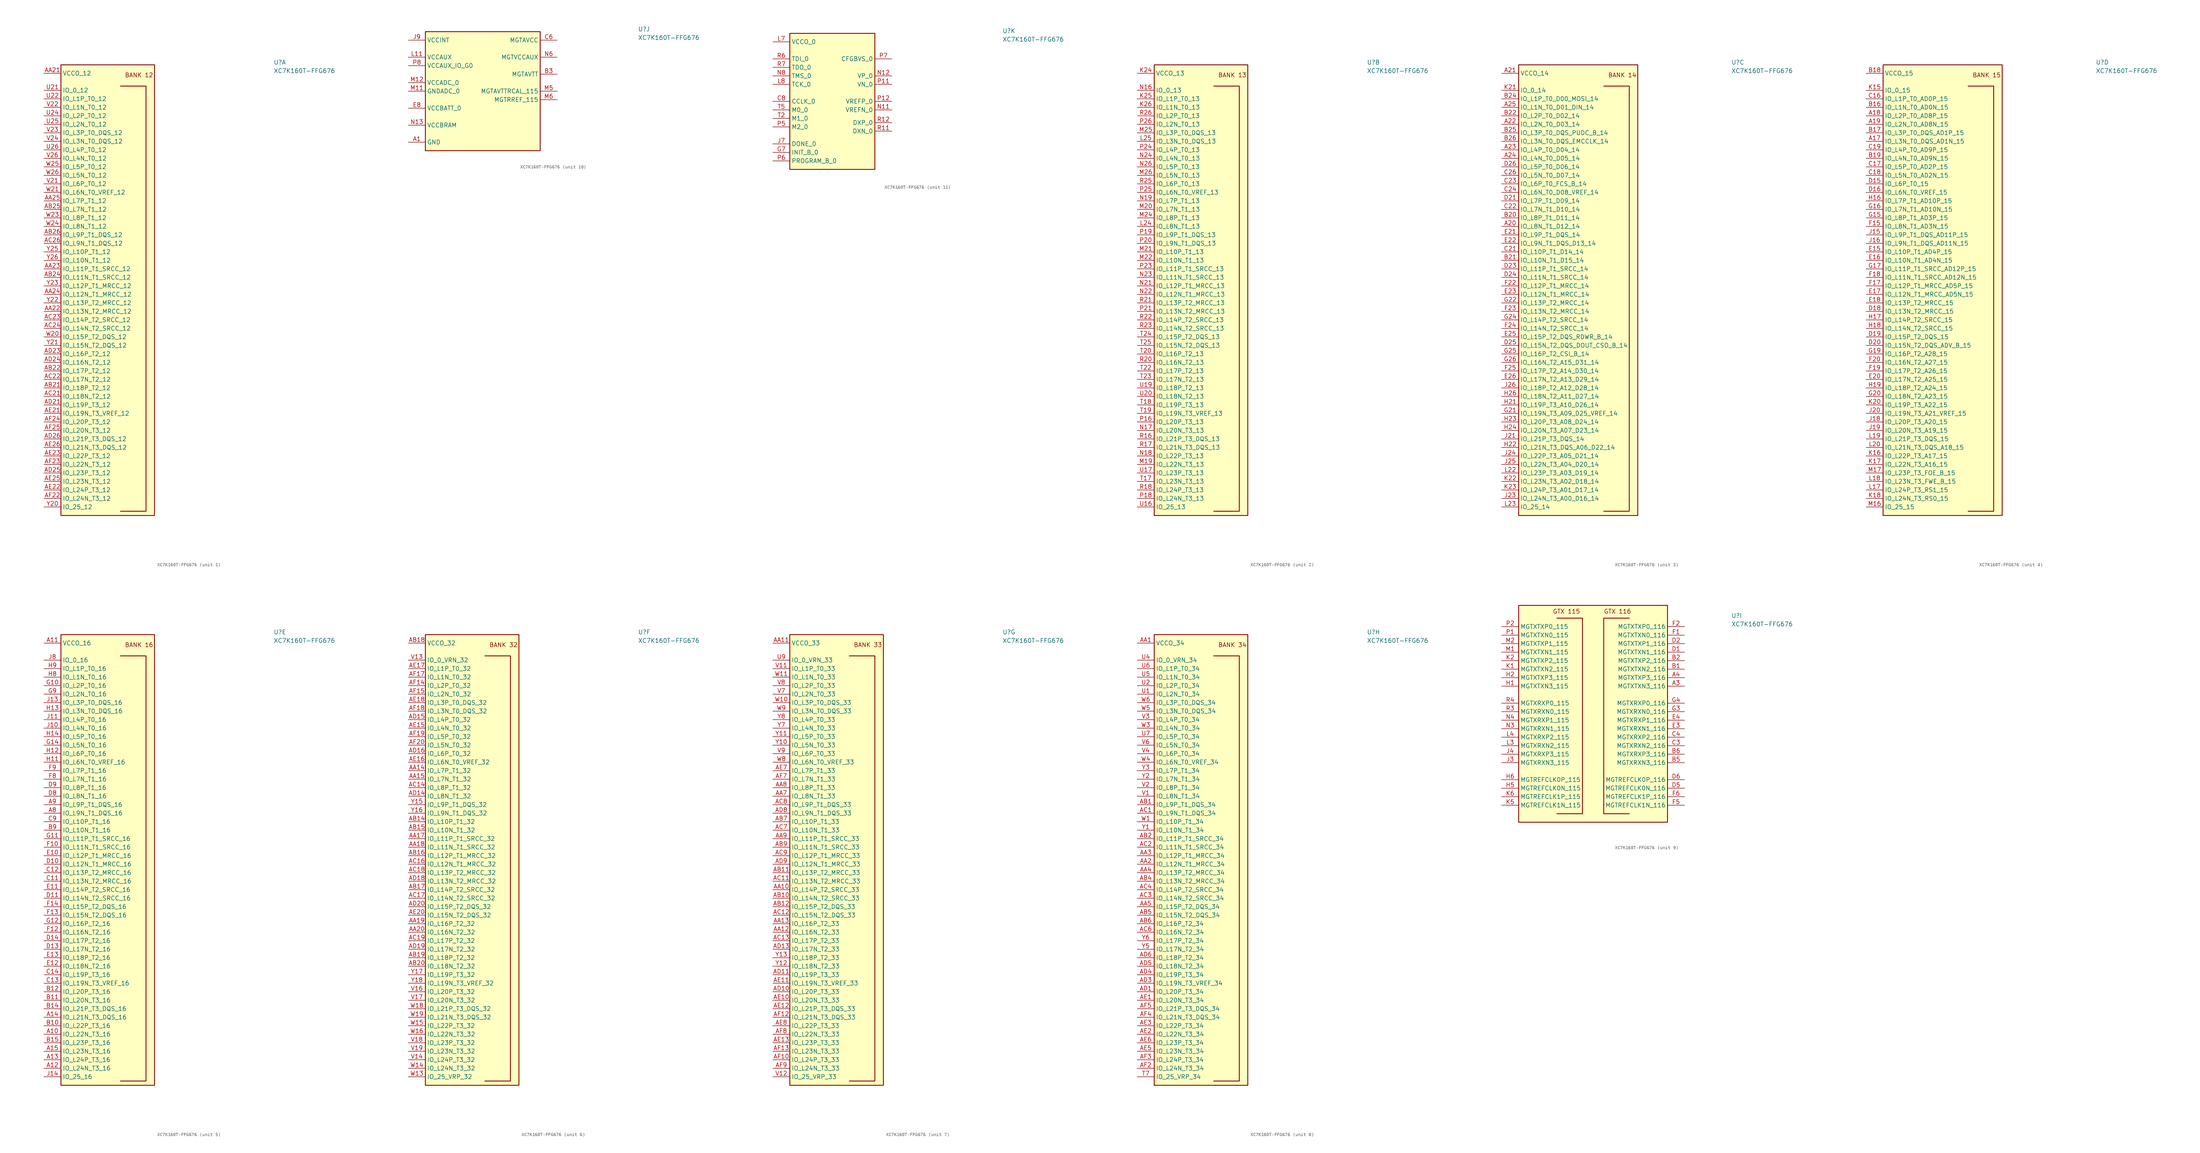
<source format=kicad_sym>
(kicad_symbol_lib
  (version 20211014)
  (generator kicad_symbol_editor)
  (symbol "XC7K160T-FFG676"
    (property "Reference" "U"
      (at 68.58 2.54 0)
      (effects (font (size 1.27 1.27) (thickness 0.15)) (justify left bottom)))
    (property "Value" "XC7K160T-FFG676"
      (at 68.58 0 0)
      (effects (font (size 1.27 1.27) (thickness 0.15)) (justify left bottom)))
    (property "ki_locked" ""
      (at 0 0 0)
      (effects (font (size 1.27 1.27))))
    (symbol "XC7K160T-FFG676_1_1"
      (polyline (pts (xy 22.86 -3.81) (xy 30.48 -3.81) (xy 30.48 -130.81) (xy 22.86 -130.81)) (stroke (width 0.254) (type default) (color 0 0 0 0)) (fill (type background)))
      (rectangle (start 5.08 2.54) (end 33.02 -132.08) (stroke (width 0.254) (type default) (color 0 0 0 0)) (fill (type background)))
      (text "BANK 12" (at 24.13 -1.27 0) (effects (font (size 1.27 1.27) (thickness 0.15)) (justify left bottom)))
      (pin power_in line (at 0 0 0) (length 5.08) (name "VCCO_12" (effects (font (size 1.27 1.27)))) (number "AA21" (effects (font (size 1.27 1.27)))))
      (pin bidirectional line (at 0 -71.12 0) (length 5.08) (name "IO_L13N_T2_MRCC_12" (effects (font (size 1.27 1.27)))) (number "AA22" (effects (font (size 1.27 1.27)))))
      (pin bidirectional line (at 0 -58.42 0) (length 5.08) (name "IO_L11P_T1_SRCC_12" (effects (font (size 1.27 1.27)))) (number "AA23" (effects (font (size 1.27 1.27)))))
      (pin bidirectional line (at 0 -66.04 0) (length 5.08) (name "IO_L12N_T1_MRCC_12" (effects (font (size 1.27 1.27)))) (number "AA24" (effects (font (size 1.27 1.27)))))
      (pin bidirectional line (at 0 -38.1 0) (length 5.08) (name "IO_L7P_T1_12" (effects (font (size 1.27 1.27)))) (number "AA25" (effects (font (size 1.27 1.27)))))
      (pin bidirectional line (at 0 -93.98 0) (length 5.08) (name "IO_L18P_T2_12" (effects (font (size 1.27 1.27)))) (number "AB21" (effects (font (size 1.27 1.27)))))
      (pin bidirectional line (at 0 -88.9 0) (length 5.08) (name "IO_L17P_T2_12" (effects (font (size 1.27 1.27)))) (number "AB22" (effects (font (size 1.27 1.27)))))
      (pin bidirectional line (at 0 -60.96 0) (length 5.08) (name "IO_L11N_T1_SRCC_12" (effects (font (size 1.27 1.27)))) (number "AB24" (effects (font (size 1.27 1.27)))))
      (pin bidirectional line (at 0 -40.64 0) (length 5.08) (name "IO_L7N_T1_12" (effects (font (size 1.27 1.27)))) (number "AB25" (effects (font (size 1.27 1.27)))))
      (pin bidirectional line (at 0 -48.26 0) (length 5.08) (name "IO_L9P_T1_DQS_12" (effects (font (size 1.27 1.27)))) (number "AB26" (effects (font (size 1.27 1.27)))))
      (pin bidirectional line (at 0 -96.52 0) (length 5.08) (name "IO_L18N_T2_12" (effects (font (size 1.27 1.27)))) (number "AC21" (effects (font (size 1.27 1.27)))))
      (pin bidirectional line (at 0 -91.44 0) (length 5.08) (name "IO_L17N_T2_12" (effects (font (size 1.27 1.27)))) (number "AC22" (effects (font (size 1.27 1.27)))))
      (pin bidirectional line (at 0 -73.66 0) (length 5.08) (name "IO_L14P_T2_SRCC_12" (effects (font (size 1.27 1.27)))) (number "AC23" (effects (font (size 1.27 1.27)))))
      (pin bidirectional line (at 0 -76.2 0) (length 5.08) (name "IO_L14N_T2_SRCC_12" (effects (font (size 1.27 1.27)))) (number "AC24" (effects (font (size 1.27 1.27)))))
      (pin passive line (at 0 0 0) (length 5.08) hide (name "VCCO_12" (effects (font (size 1.27 1.27)))) (number "AC25" (effects (font (size 1.27 1.27)))))
      (pin bidirectional line (at 0 -50.8 0) (length 5.08) (name "IO_L9N_T1_DQS_12" (effects (font (size 1.27 1.27)))) (number "AC26" (effects (font (size 1.27 1.27)))))
      (pin bidirectional line (at 0 -99.06 0) (length 5.08) (name "IO_L19P_T3_12" (effects (font (size 1.27 1.27)))) (number "AD21" (effects (font (size 1.27 1.27)))))
      (pin passive line (at 0 0 0) (length 5.08) hide (name "VCCO_12" (effects (font (size 1.27 1.27)))) (number "AD22" (effects (font (size 1.27 1.27)))))
      (pin bidirectional line (at 0 -83.82 0) (length 5.08) (name "IO_L16P_T2_12" (effects (font (size 1.27 1.27)))) (number "AD23" (effects (font (size 1.27 1.27)))))
      (pin bidirectional line (at 0 -86.36 0) (length 5.08) (name "IO_L16N_T2_12" (effects (font (size 1.27 1.27)))) (number "AD24" (effects (font (size 1.27 1.27)))))
      (pin bidirectional line (at 0 -119.38 0) (length 5.08) (name "IO_L23P_T3_12" (effects (font (size 1.27 1.27)))) (number "AD25" (effects (font (size 1.27 1.27)))))
      (pin bidirectional line (at 0 -109.22 0) (length 5.08) (name "IO_L21P_T3_DQS_12" (effects (font (size 1.27 1.27)))) (number "AD26" (effects (font (size 1.27 1.27)))))
      (pin bidirectional line (at 0 -101.6 0) (length 5.08) (name "IO_L19N_T3_VREF_12" (effects (font (size 1.27 1.27)))) (number "AE21" (effects (font (size 1.27 1.27)))))
      (pin bidirectional line (at 0 -124.46 0) (length 5.08) (name "IO_L24P_T3_12" (effects (font (size 1.27 1.27)))) (number "AE22" (effects (font (size 1.27 1.27)))))
      (pin bidirectional line (at 0 -114.3 0) (length 5.08) (name "IO_L22P_T3_12" (effects (font (size 1.27 1.27)))) (number "AE23" (effects (font (size 1.27 1.27)))))
      (pin bidirectional line (at 0 -121.92 0) (length 5.08) (name "IO_L23N_T3_12" (effects (font (size 1.27 1.27)))) (number "AE25" (effects (font (size 1.27 1.27)))))
      (pin bidirectional line (at 0 -111.76 0) (length 5.08) (name "IO_L21N_T3_DQS_12" (effects (font (size 1.27 1.27)))) (number "AE26" (effects (font (size 1.27 1.27)))))
      (pin bidirectional line (at 0 -127 0) (length 5.08) (name "IO_L24N_T3_12" (effects (font (size 1.27 1.27)))) (number "AF22" (effects (font (size 1.27 1.27)))))
      (pin bidirectional line (at 0 -116.84 0) (length 5.08) (name "IO_L22N_T3_12" (effects (font (size 1.27 1.27)))) (number "AF23" (effects (font (size 1.27 1.27)))))
      (pin bidirectional line (at 0 -104.14 0) (length 5.08) (name "IO_L20P_T3_12" (effects (font (size 1.27 1.27)))) (number "AF24" (effects (font (size 1.27 1.27)))))
      (pin bidirectional line (at 0 -106.68 0) (length 5.08) (name "IO_L20N_T3_12" (effects (font (size 1.27 1.27)))) (number "AF25" (effects (font (size 1.27 1.27)))))
      (pin passive line (at 0 0 0) (length 5.08) hide (name "VCCO_12" (effects (font (size 1.27 1.27)))) (number "AF26" (effects (font (size 1.27 1.27)))))
      (pin bidirectional line (at 0 -5.08 0) (length 5.08) (name "IO_0_12" (effects (font (size 1.27 1.27)))) (number "U21" (effects (font (size 1.27 1.27)))))
      (pin bidirectional line (at 0 -7.62 0) (length 5.08) (name "IO_L1P_T0_12" (effects (font (size 1.27 1.27)))) (number "U22" (effects (font (size 1.27 1.27)))))
      (pin passive line (at 0 0 0) (length 5.08) hide (name "VCCO_12" (effects (font (size 1.27 1.27)))) (number "U23" (effects (font (size 1.27 1.27)))))
      (pin bidirectional line (at 0 -12.7 0) (length 5.08) (name "IO_L2P_T0_12" (effects (font (size 1.27 1.27)))) (number "U24" (effects (font (size 1.27 1.27)))))
      (pin bidirectional line (at 0 -15.24 0) (length 5.08) (name "IO_L2N_T0_12" (effects (font (size 1.27 1.27)))) (number "U25" (effects (font (size 1.27 1.27)))))
      (pin bidirectional line (at 0 -22.86 0) (length 5.08) (name "IO_L4P_T0_12" (effects (font (size 1.27 1.27)))) (number "U26" (effects (font (size 1.27 1.27)))))
      (pin passive line (at 0 0 0) (length 5.08) hide (name "VCCO_12" (effects (font (size 1.27 1.27)))) (number "V20" (effects (font (size 1.27 1.27)))))
      (pin bidirectional line (at 0 -33.02 0) (length 5.08) (name "IO_L6P_T0_12" (effects (font (size 1.27 1.27)))) (number "V21" (effects (font (size 1.27 1.27)))))
      (pin bidirectional line (at 0 -10.16 0) (length 5.08) (name "IO_L1N_T0_12" (effects (font (size 1.27 1.27)))) (number "V22" (effects (font (size 1.27 1.27)))))
      (pin bidirectional line (at 0 -17.78 0) (length 5.08) (name "IO_L3P_T0_DQS_12" (effects (font (size 1.27 1.27)))) (number "V23" (effects (font (size 1.27 1.27)))))
      (pin bidirectional line (at 0 -20.32 0) (length 5.08) (name "IO_L3N_T0_DQS_12" (effects (font (size 1.27 1.27)))) (number "V24" (effects (font (size 1.27 1.27)))))
      (pin bidirectional line (at 0 -25.4 0) (length 5.08) (name "IO_L4N_T0_12" (effects (font (size 1.27 1.27)))) (number "V26" (effects (font (size 1.27 1.27)))))
      (pin bidirectional line (at 0 -78.74 0) (length 5.08) (name "IO_L15P_T2_DQS_12" (effects (font (size 1.27 1.27)))) (number "W20" (effects (font (size 1.27 1.27)))))
      (pin bidirectional line (at 0 -35.56 0) (length 5.08) (name "IO_L6N_T0_VREF_12" (effects (font (size 1.27 1.27)))) (number "W21" (effects (font (size 1.27 1.27)))))
      (pin bidirectional line (at 0 -43.18 0) (length 5.08) (name "IO_L8P_T1_12" (effects (font (size 1.27 1.27)))) (number "W23" (effects (font (size 1.27 1.27)))))
      (pin bidirectional line (at 0 -45.72 0) (length 5.08) (name "IO_L8N_T1_12" (effects (font (size 1.27 1.27)))) (number "W24" (effects (font (size 1.27 1.27)))))
      (pin bidirectional line (at 0 -27.94 0) (length 5.08) (name "IO_L5P_T0_12" (effects (font (size 1.27 1.27)))) (number "W25" (effects (font (size 1.27 1.27)))))
      (pin bidirectional line (at 0 -30.48 0) (length 5.08) (name "IO_L5N_T0_12" (effects (font (size 1.27 1.27)))) (number "W26" (effects (font (size 1.27 1.27)))))
      (pin bidirectional line (at 0 -129.54 0) (length 5.08) (name "IO_25_12" (effects (font (size 1.27 1.27)))) (number "Y20" (effects (font (size 1.27 1.27)))))
      (pin bidirectional line (at 0 -81.28 0) (length 5.08) (name "IO_L15N_T2_DQS_12" (effects (font (size 1.27 1.27)))) (number "Y21" (effects (font (size 1.27 1.27)))))
      (pin bidirectional line (at 0 -68.58 0) (length 5.08) (name "IO_L13P_T2_MRCC_12" (effects (font (size 1.27 1.27)))) (number "Y22" (effects (font (size 1.27 1.27)))))
      (pin bidirectional line (at 0 -63.5 0) (length 5.08) (name "IO_L12P_T1_MRCC_12" (effects (font (size 1.27 1.27)))) (number "Y23" (effects (font (size 1.27 1.27)))))
      (pin passive line (at 0 0 0) (length 5.08) hide (name "VCCO_12" (effects (font (size 1.27 1.27)))) (number "Y24" (effects (font (size 1.27 1.27)))))
      (pin bidirectional line (at 0 -53.34 0) (length 5.08) (name "IO_L10P_T1_12" (effects (font (size 1.27 1.27)))) (number "Y25" (effects (font (size 1.27 1.27)))))
      (pin bidirectional line (at 0 -55.88 0) (length 5.08) (name "IO_L10N_T1_12" (effects (font (size 1.27 1.27)))) (number "Y26" (effects (font (size 1.27 1.27))))))
    (symbol "XC7K160T-FFG676_2_1"
      (polyline (pts (xy 22.86 -3.81) (xy 30.48 -3.81) (xy 30.48 -130.81) (xy 22.86 -130.81)) (stroke (width 0.254) (type default) (color 0 0 0 0)) (fill (type background)))
      (rectangle (start 5.08 -132.08) (end 33.02 2.54) (stroke (width 0.254) (type default) (color 0 0 0 0)) (fill (type background)))
      (text "BANK 13" (at 24.13 -1.27 0) (effects (font (size 1.27 1.27) (thickness 0.15)) (justify left bottom)))
      (pin power_in line (at 0 0 0) (length 5.08) (name "VCCO_13" (effects (font (size 1.27 1.27)))) (number "K24" (effects (font (size 1.27 1.27)))))
      (pin bidirectional line (at 0 -7.62 0) (length 5.08) (name "IO_L1P_T0_13" (effects (font (size 1.27 1.27)))) (number "K25" (effects (font (size 1.27 1.27)))))
      (pin bidirectional line (at 0 -10.16 0) (length 5.08) (name "IO_L1N_T0_13" (effects (font (size 1.27 1.27)))) (number "K26" (effects (font (size 1.27 1.27)))))
      (pin bidirectional line (at 0 -45.72 0) (length 5.08) (name "IO_L8N_T1_13" (effects (font (size 1.27 1.27)))) (number "L24" (effects (font (size 1.27 1.27)))))
      (pin bidirectional line (at 0 -20.32 0) (length 5.08) (name "IO_L3N_T0_DQS_13" (effects (font (size 1.27 1.27)))) (number "L25" (effects (font (size 1.27 1.27)))))
      (pin bidirectional line (at 0 -116.84 0) (length 5.08) (name "IO_L22N_T3_13" (effects (font (size 1.27 1.27)))) (number "M19" (effects (font (size 1.27 1.27)))))
      (pin bidirectional line (at 0 -40.64 0) (length 5.08) (name "IO_L7N_T1_13" (effects (font (size 1.27 1.27)))) (number "M20" (effects (font (size 1.27 1.27)))))
      (pin bidirectional line (at 0 -53.34 0) (length 5.08) (name "IO_L10P_T1_13" (effects (font (size 1.27 1.27)))) (number "M21" (effects (font (size 1.27 1.27)))))
      (pin bidirectional line (at 0 -55.88 0) (length 5.08) (name "IO_L10N_T1_13" (effects (font (size 1.27 1.27)))) (number "M22" (effects (font (size 1.27 1.27)))))
      (pin bidirectional line (at 0 -43.18 0) (length 5.08) (name "IO_L8P_T1_13" (effects (font (size 1.27 1.27)))) (number "M24" (effects (font (size 1.27 1.27)))))
      (pin bidirectional line (at 0 -17.78 0) (length 5.08) (name "IO_L3P_T0_DQS_13" (effects (font (size 1.27 1.27)))) (number "M25" (effects (font (size 1.27 1.27)))))
      (pin bidirectional line (at 0 -30.48 0) (length 5.08) (name "IO_L5N_T0_13" (effects (font (size 1.27 1.27)))) (number "M26" (effects (font (size 1.27 1.27)))))
      (pin bidirectional line (at 0 -5.08 0) (length 5.08) (name "IO_0_13" (effects (font (size 1.27 1.27)))) (number "N16" (effects (font (size 1.27 1.27)))))
      (pin bidirectional line (at 0 -106.68 0) (length 5.08) (name "IO_L20N_T3_13" (effects (font (size 1.27 1.27)))) (number "N17" (effects (font (size 1.27 1.27)))))
      (pin bidirectional line (at 0 -114.3 0) (length 5.08) (name "IO_L22P_T3_13" (effects (font (size 1.27 1.27)))) (number "N18" (effects (font (size 1.27 1.27)))))
      (pin bidirectional line (at 0 -38.1 0) (length 5.08) (name "IO_L7P_T1_13" (effects (font (size 1.27 1.27)))) (number "N19" (effects (font (size 1.27 1.27)))))
      (pin bidirectional line (at 0 -63.5 0) (length 5.08) (name "IO_L12P_T1_MRCC_13" (effects (font (size 1.27 1.27)))) (number "N21" (effects (font (size 1.27 1.27)))))
      (pin bidirectional line (at 0 -66.04 0) (length 5.08) (name "IO_L12N_T1_MRCC_13" (effects (font (size 1.27 1.27)))) (number "N22" (effects (font (size 1.27 1.27)))))
      (pin bidirectional line (at 0 -60.96 0) (length 5.08) (name "IO_L11N_T1_SRCC_13" (effects (font (size 1.27 1.27)))) (number "N23" (effects (font (size 1.27 1.27)))))
      (pin bidirectional line (at 0 -25.4 0) (length 5.08) (name "IO_L4N_T0_13" (effects (font (size 1.27 1.27)))) (number "N24" (effects (font (size 1.27 1.27)))))
      (pin passive line (at 0 0 0) (length 5.08) hide (name "VCCO_13" (effects (font (size 1.27 1.27)))) (number "N25" (effects (font (size 1.27 1.27)))))
      (pin bidirectional line (at 0 -27.94 0) (length 5.08) (name "IO_L5P_T0_13" (effects (font (size 1.27 1.27)))) (number "N26" (effects (font (size 1.27 1.27)))))
      (pin bidirectional line (at 0 -104.14 0) (length 5.08) (name "IO_L20P_T3_13" (effects (font (size 1.27 1.27)))) (number "P16" (effects (font (size 1.27 1.27)))))
      (pin bidirectional line (at 0 -127 0) (length 5.08) (name "IO_L24N_T3_13" (effects (font (size 1.27 1.27)))) (number "P18" (effects (font (size 1.27 1.27)))))
      (pin bidirectional line (at 0 -48.26 0) (length 5.08) (name "IO_L9P_T1_DQS_13" (effects (font (size 1.27 1.27)))) (number "P19" (effects (font (size 1.27 1.27)))))
      (pin bidirectional line (at 0 -50.8 0) (length 5.08) (name "IO_L9N_T1_DQS_13" (effects (font (size 1.27 1.27)))) (number "P20" (effects (font (size 1.27 1.27)))))
      (pin bidirectional line (at 0 -71.12 0) (length 5.08) (name "IO_L13N_T2_MRCC_13" (effects (font (size 1.27 1.27)))) (number "P21" (effects (font (size 1.27 1.27)))))
      (pin passive line (at 0 0 0) (length 5.08) hide (name "VCCO_13" (effects (font (size 1.27 1.27)))) (number "P22" (effects (font (size 1.27 1.27)))))
      (pin bidirectional line (at 0 -58.42 0) (length 5.08) (name "IO_L11P_T1_SRCC_13" (effects (font (size 1.27 1.27)))) (number "P23" (effects (font (size 1.27 1.27)))))
      (pin bidirectional line (at 0 -22.86 0) (length 5.08) (name "IO_L4P_T0_13" (effects (font (size 1.27 1.27)))) (number "P24" (effects (font (size 1.27 1.27)))))
      (pin bidirectional line (at 0 -35.56 0) (length 5.08) (name "IO_L6N_T0_VREF_13" (effects (font (size 1.27 1.27)))) (number "P25" (effects (font (size 1.27 1.27)))))
      (pin bidirectional line (at 0 -15.24 0) (length 5.08) (name "IO_L2N_T0_13" (effects (font (size 1.27 1.27)))) (number "P26" (effects (font (size 1.27 1.27)))))
      (pin bidirectional line (at 0 -109.22 0) (length 5.08) (name "IO_L21P_T3_DQS_13" (effects (font (size 1.27 1.27)))) (number "R16" (effects (font (size 1.27 1.27)))))
      (pin bidirectional line (at 0 -111.76 0) (length 5.08) (name "IO_L21N_T3_DQS_13" (effects (font (size 1.27 1.27)))) (number "R17" (effects (font (size 1.27 1.27)))))
      (pin bidirectional line (at 0 -124.46 0) (length 5.08) (name "IO_L24P_T3_13" (effects (font (size 1.27 1.27)))) (number "R18" (effects (font (size 1.27 1.27)))))
      (pin passive line (at 0 0 0) (length 5.08) hide (name "VCCO_13" (effects (font (size 1.27 1.27)))) (number "R19" (effects (font (size 1.27 1.27)))))
      (pin bidirectional line (at 0 -86.36 0) (length 5.08) (name "IO_L16N_T2_13" (effects (font (size 1.27 1.27)))) (number "R20" (effects (font (size 1.27 1.27)))))
      (pin bidirectional line (at 0 -68.58 0) (length 5.08) (name "IO_L13P_T2_MRCC_13" (effects (font (size 1.27 1.27)))) (number "R21" (effects (font (size 1.27 1.27)))))
      (pin bidirectional line (at 0 -73.66 0) (length 5.08) (name "IO_L14P_T2_SRCC_13" (effects (font (size 1.27 1.27)))) (number "R22" (effects (font (size 1.27 1.27)))))
      (pin bidirectional line (at 0 -76.2 0) (length 5.08) (name "IO_L14N_T2_SRCC_13" (effects (font (size 1.27 1.27)))) (number "R23" (effects (font (size 1.27 1.27)))))
      (pin bidirectional line (at 0 -33.02 0) (length 5.08) (name "IO_L6P_T0_13" (effects (font (size 1.27 1.27)))) (number "R25" (effects (font (size 1.27 1.27)))))
      (pin bidirectional line (at 0 -12.7 0) (length 5.08) (name "IO_L2P_T0_13" (effects (font (size 1.27 1.27)))) (number "R26" (effects (font (size 1.27 1.27)))))
      (pin passive line (at 0 0 0) (length 5.08) hide (name "VCCO_13" (effects (font (size 1.27 1.27)))) (number "T16" (effects (font (size 1.27 1.27)))))
      (pin bidirectional line (at 0 -121.92 0) (length 5.08) (name "IO_L23N_T3_13" (effects (font (size 1.27 1.27)))) (number "T17" (effects (font (size 1.27 1.27)))))
      (pin bidirectional line (at 0 -99.06 0) (length 5.08) (name "IO_L19P_T3_13" (effects (font (size 1.27 1.27)))) (number "T18" (effects (font (size 1.27 1.27)))))
      (pin bidirectional line (at 0 -101.6 0) (length 5.08) (name "IO_L19N_T3_VREF_13" (effects (font (size 1.27 1.27)))) (number "T19" (effects (font (size 1.27 1.27)))))
      (pin bidirectional line (at 0 -83.82 0) (length 5.08) (name "IO_L16P_T2_13" (effects (font (size 1.27 1.27)))) (number "T20" (effects (font (size 1.27 1.27)))))
      (pin bidirectional line (at 0 -88.9 0) (length 5.08) (name "IO_L17P_T2_13" (effects (font (size 1.27 1.27)))) (number "T22" (effects (font (size 1.27 1.27)))))
      (pin bidirectional line (at 0 -91.44 0) (length 5.08) (name "IO_L17N_T2_13" (effects (font (size 1.27 1.27)))) (number "T23" (effects (font (size 1.27 1.27)))))
      (pin bidirectional line (at 0 -78.74 0) (length 5.08) (name "IO_L15P_T2_DQS_13" (effects (font (size 1.27 1.27)))) (number "T24" (effects (font (size 1.27 1.27)))))
      (pin bidirectional line (at 0 -81.28 0) (length 5.08) (name "IO_L15N_T2_DQS_13" (effects (font (size 1.27 1.27)))) (number "T25" (effects (font (size 1.27 1.27)))))
      (pin passive line (at 0 0 0) (length 5.08) hide (name "VCCO_13" (effects (font (size 1.27 1.27)))) (number "T26" (effects (font (size 1.27 1.27)))))
      (pin bidirectional line (at 0 -129.54 0) (length 5.08) (name "IO_25_13" (effects (font (size 1.27 1.27)))) (number "U16" (effects (font (size 1.27 1.27)))))
      (pin bidirectional line (at 0 -119.38 0) (length 5.08) (name "IO_L23P_T3_13" (effects (font (size 1.27 1.27)))) (number "U17" (effects (font (size 1.27 1.27)))))
      (pin bidirectional line (at 0 -93.98 0) (length 5.08) (name "IO_L18P_T2_13" (effects (font (size 1.27 1.27)))) (number "U19" (effects (font (size 1.27 1.27)))))
      (pin bidirectional line (at 0 -96.52 0) (length 5.08) (name "IO_L18N_T2_13" (effects (font (size 1.27 1.27)))) (number "U20" (effects (font (size 1.27 1.27))))))
    (symbol "XC7K160T-FFG676_3_1"
      (polyline (pts (xy 30.48 -3.81) (xy 38.1 -3.81) (xy 38.1 -130.81) (xy 30.48 -130.81)) (stroke (width 0.254) (type default) (color 0 0 0 0)) (fill (type background)))
      (rectangle (start 5.08 2.54) (end 40.64 -132.08) (stroke (width 0.254) (type default) (color 0 0 0 0)) (fill (type background)))
      (text "BANK 14" (at 31.75 -1.27 0) (effects (font (size 1.27 1.27) (thickness 0.15)) (justify left bottom)))
      (pin bidirectional line (at 0 -45.72 0) (length 5.08) (name "IO_L8N_T1_D12_14" (effects (font (size 1.27 1.27)))) (number "A20" (effects (font (size 1.27 1.27)))))
      (pin power_in line (at 0 0 0) (length 5.08) (name "VCCO_14" (effects (font (size 1.27 1.27)))) (number "A21" (effects (font (size 1.27 1.27)))))
      (pin bidirectional line (at 0 -15.24 0) (length 5.08) (name "IO_L2N_T0_D03_14" (effects (font (size 1.27 1.27)))) (number "A22" (effects (font (size 1.27 1.27)))))
      (pin bidirectional line (at 0 -22.86 0) (length 5.08) (name "IO_L4P_T0_D04_14" (effects (font (size 1.27 1.27)))) (number "A23" (effects (font (size 1.27 1.27)))))
      (pin bidirectional line (at 0 -25.4 0) (length 5.08) (name "IO_L4N_T0_D05_14" (effects (font (size 1.27 1.27)))) (number "A24" (effects (font (size 1.27 1.27)))))
      (pin bidirectional line (at 0 -10.16 0) (length 5.08) (name "IO_L1N_T0_D01_DIN_14" (effects (font (size 1.27 1.27)))) (number "A25" (effects (font (size 1.27 1.27)))))
      (pin bidirectional line (at 0 -43.18 0) (length 5.08) (name "IO_L8P_T1_D11_14" (effects (font (size 1.27 1.27)))) (number "B20" (effects (font (size 1.27 1.27)))))
      (pin bidirectional line (at 0 -55.88 0) (length 5.08) (name "IO_L10N_T1_D15_14" (effects (font (size 1.27 1.27)))) (number "B21" (effects (font (size 1.27 1.27)))))
      (pin bidirectional line (at 0 -12.7 0) (length 5.08) (name "IO_L2P_T0_D02_14" (effects (font (size 1.27 1.27)))) (number "B22" (effects (font (size 1.27 1.27)))))
      (pin bidirectional line (at 0 -7.62 0) (length 5.08) (name "IO_L1P_T0_D00_MOSI_14" (effects (font (size 1.27 1.27)))) (number "B24" (effects (font (size 1.27 1.27)))))
      (pin bidirectional line (at 0 -17.78 0) (length 5.08) (name "IO_L3P_T0_DQS_PUDC_B_14" (effects (font (size 1.27 1.27)))) (number "B25" (effects (font (size 1.27 1.27)))))
      (pin bidirectional line (at 0 -20.32 0) (length 5.08) (name "IO_L3N_T0_DQS_EMCCLK_14" (effects (font (size 1.27 1.27)))) (number "B26" (effects (font (size 1.27 1.27)))))
      (pin bidirectional line (at 0 -53.34 0) (length 5.08) (name "IO_L10P_T1_D14_14" (effects (font (size 1.27 1.27)))) (number "C21" (effects (font (size 1.27 1.27)))))
      (pin bidirectional line (at 0 -40.64 0) (length 5.08) (name "IO_L7N_T1_D10_14" (effects (font (size 1.27 1.27)))) (number "C22" (effects (font (size 1.27 1.27)))))
      (pin bidirectional line (at 0 -33.02 0) (length 5.08) (name "IO_L6P_T0_FCS_B_14" (effects (font (size 1.27 1.27)))) (number "C23" (effects (font (size 1.27 1.27)))))
      (pin bidirectional line (at 0 -35.56 0) (length 5.08) (name "IO_L6N_T0_D08_VREF_14" (effects (font (size 1.27 1.27)))) (number "C24" (effects (font (size 1.27 1.27)))))
      (pin passive line (at 0 0 0) (length 5.08) hide (name "VCCO_14" (effects (font (size 1.27 1.27)))) (number "C25" (effects (font (size 1.27 1.27)))))
      (pin bidirectional line (at 0 -30.48 0) (length 5.08) (name "IO_L5N_T0_D07_14" (effects (font (size 1.27 1.27)))) (number "C26" (effects (font (size 1.27 1.27)))))
      (pin bidirectional line (at 0 -38.1 0) (length 5.08) (name "IO_L7P_T1_D09_14" (effects (font (size 1.27 1.27)))) (number "D21" (effects (font (size 1.27 1.27)))))
      (pin passive line (at 0 0 0) (length 5.08) hide (name "VCCO_14" (effects (font (size 1.27 1.27)))) (number "D22" (effects (font (size 1.27 1.27)))))
      (pin bidirectional line (at 0 -58.42 0) (length 5.08) (name "IO_L11P_T1_SRCC_14" (effects (font (size 1.27 1.27)))) (number "D23" (effects (font (size 1.27 1.27)))))
      (pin bidirectional line (at 0 -60.96 0) (length 5.08) (name "IO_L11N_T1_SRCC_14" (effects (font (size 1.27 1.27)))) (number "D24" (effects (font (size 1.27 1.27)))))
      (pin bidirectional line (at 0 -81.28 0) (length 5.08) (name "IO_L15N_T2_DQS_DOUT_CSO_B_14" (effects (font (size 1.27 1.27)))) (number "D25" (effects (font (size 1.27 1.27)))))
      (pin bidirectional line (at 0 -27.94 0) (length 5.08) (name "IO_L5P_T0_D06_14" (effects (font (size 1.27 1.27)))) (number "D26" (effects (font (size 1.27 1.27)))))
      (pin bidirectional line (at 0 -48.26 0) (length 5.08) (name "IO_L9P_T1_DQS_14" (effects (font (size 1.27 1.27)))) (number "E21" (effects (font (size 1.27 1.27)))))
      (pin bidirectional line (at 0 -50.8 0) (length 5.08) (name "IO_L9N_T1_DQS_D13_14" (effects (font (size 1.27 1.27)))) (number "E22" (effects (font (size 1.27 1.27)))))
      (pin bidirectional line (at 0 -66.04 0) (length 5.08) (name "IO_L12N_T1_MRCC_14" (effects (font (size 1.27 1.27)))) (number "E23" (effects (font (size 1.27 1.27)))))
      (pin bidirectional line (at 0 -78.74 0) (length 5.08) (name "IO_L15P_T2_DQS_RDWR_B_14" (effects (font (size 1.27 1.27)))) (number "E25" (effects (font (size 1.27 1.27)))))
      (pin bidirectional line (at 0 -91.44 0) (length 5.08) (name "IO_L17N_T2_A13_D29_14" (effects (font (size 1.27 1.27)))) (number "E26" (effects (font (size 1.27 1.27)))))
      (pin bidirectional line (at 0 -63.5 0) (length 5.08) (name "IO_L12P_T1_MRCC_14" (effects (font (size 1.27 1.27)))) (number "F22" (effects (font (size 1.27 1.27)))))
      (pin bidirectional line (at 0 -71.12 0) (length 5.08) (name "IO_L13N_T2_MRCC_14" (effects (font (size 1.27 1.27)))) (number "F23" (effects (font (size 1.27 1.27)))))
      (pin bidirectional line (at 0 -76.2 0) (length 5.08) (name "IO_L14N_T2_SRCC_14" (effects (font (size 1.27 1.27)))) (number "F24" (effects (font (size 1.27 1.27)))))
      (pin bidirectional line (at 0 -88.9 0) (length 5.08) (name "IO_L17P_T2_A14_D30_14" (effects (font (size 1.27 1.27)))) (number "F25" (effects (font (size 1.27 1.27)))))
      (pin passive line (at 0 0 0) (length 5.08) hide (name "VCCO_14" (effects (font (size 1.27 1.27)))) (number "F26" (effects (font (size 1.27 1.27)))))
      (pin bidirectional line (at 0 -101.6 0) (length 5.08) (name "IO_L19N_T3_A09_D25_VREF_14" (effects (font (size 1.27 1.27)))) (number "G21" (effects (font (size 1.27 1.27)))))
      (pin bidirectional line (at 0 -68.58 0) (length 5.08) (name "IO_L13P_T2_MRCC_14" (effects (font (size 1.27 1.27)))) (number "G22" (effects (font (size 1.27 1.27)))))
      (pin passive line (at 0 0 0) (length 5.08) hide (name "VCCO_14" (effects (font (size 1.27 1.27)))) (number "G23" (effects (font (size 1.27 1.27)))))
      (pin bidirectional line (at 0 -73.66 0) (length 5.08) (name "IO_L14P_T2_SRCC_14" (effects (font (size 1.27 1.27)))) (number "G24" (effects (font (size 1.27 1.27)))))
      (pin bidirectional line (at 0 -83.82 0) (length 5.08) (name "IO_L16P_T2_CSI_B_14" (effects (font (size 1.27 1.27)))) (number "G25" (effects (font (size 1.27 1.27)))))
      (pin bidirectional line (at 0 -86.36 0) (length 5.08) (name "IO_L16N_T2_A15_D31_14" (effects (font (size 1.27 1.27)))) (number "G26" (effects (font (size 1.27 1.27)))))
      (pin bidirectional line (at 0 -99.06 0) (length 5.08) (name "IO_L19P_T3_A10_D26_14" (effects (font (size 1.27 1.27)))) (number "H21" (effects (font (size 1.27 1.27)))))
      (pin bidirectional line (at 0 -111.76 0) (length 5.08) (name "IO_L21N_T3_DQS_A06_D22_14" (effects (font (size 1.27 1.27)))) (number "H22" (effects (font (size 1.27 1.27)))))
      (pin bidirectional line (at 0 -104.14 0) (length 5.08) (name "IO_L20P_T3_A08_D24_14" (effects (font (size 1.27 1.27)))) (number "H23" (effects (font (size 1.27 1.27)))))
      (pin bidirectional line (at 0 -106.68 0) (length 5.08) (name "IO_L20N_T3_A07_D23_14" (effects (font (size 1.27 1.27)))) (number "H24" (effects (font (size 1.27 1.27)))))
      (pin bidirectional line (at 0 -96.52 0) (length 5.08) (name "IO_L18N_T2_A11_D27_14" (effects (font (size 1.27 1.27)))) (number "H26" (effects (font (size 1.27 1.27)))))
      (pin bidirectional line (at 0 -109.22 0) (length 5.08) (name "IO_L21P_T3_DQS_14" (effects (font (size 1.27 1.27)))) (number "J21" (effects (font (size 1.27 1.27)))))
      (pin bidirectional line (at 0 -127 0) (length 5.08) (name "IO_L24N_T3_A00_D16_14" (effects (font (size 1.27 1.27)))) (number "J23" (effects (font (size 1.27 1.27)))))
      (pin bidirectional line (at 0 -114.3 0) (length 5.08) (name "IO_L22P_T3_A05_D21_14" (effects (font (size 1.27 1.27)))) (number "J24" (effects (font (size 1.27 1.27)))))
      (pin bidirectional line (at 0 -116.84 0) (length 5.08) (name "IO_L22N_T3_A04_D20_14" (effects (font (size 1.27 1.27)))) (number "J25" (effects (font (size 1.27 1.27)))))
      (pin bidirectional line (at 0 -93.98 0) (length 5.08) (name "IO_L18P_T2_A12_D28_14" (effects (font (size 1.27 1.27)))) (number "J26" (effects (font (size 1.27 1.27)))))
      (pin bidirectional line (at 0 -5.08 0) (length 5.08) (name "IO_0_14" (effects (font (size 1.27 1.27)))) (number "K21" (effects (font (size 1.27 1.27)))))
      (pin bidirectional line (at 0 -121.92 0) (length 5.08) (name "IO_L23N_T3_A02_D18_14" (effects (font (size 1.27 1.27)))) (number "K22" (effects (font (size 1.27 1.27)))))
      (pin bidirectional line (at 0 -124.46 0) (length 5.08) (name "IO_L24P_T3_A01_D17_14" (effects (font (size 1.27 1.27)))) (number "K23" (effects (font (size 1.27 1.27)))))
      (pin passive line (at 0 0 0) (length 5.08) hide (name "VCCO_14" (effects (font (size 1.27 1.27)))) (number "L21" (effects (font (size 1.27 1.27)))))
      (pin bidirectional line (at 0 -119.38 0) (length 5.08) (name "IO_L23P_T3_A03_D19_14" (effects (font (size 1.27 1.27)))) (number "L22" (effects (font (size 1.27 1.27)))))
      (pin bidirectional line (at 0 -129.54 0) (length 5.08) (name "IO_25_14" (effects (font (size 1.27 1.27)))) (number "L23" (effects (font (size 1.27 1.27))))))
    (symbol "XC7K160T-FFG676_4_1"
      (polyline (pts (xy 30.48 -3.81) (xy 38.1 -3.81) (xy 38.1 -130.81) (xy 30.48 -130.81)) (stroke (width 0.254) (type default) (color 0 0 0 0)) (fill (type background)))
      (rectangle (start 5.08 2.54) (end 40.64 -132.08) (stroke (width 0.254) (type default) (color 0 0 0 0)) (fill (type background)))
      (text "BANK 15" (at 31.75 -1.27 0) (effects (font (size 1.27 1.27) (thickness 0.15)) (justify left bottom)))
      (pin bidirectional line (at 0 -20.32 0) (length 5.08) (name "IO_L3N_T0_DQS_AD1N_15" (effects (font (size 1.27 1.27)))) (number "A17" (effects (font (size 1.27 1.27)))))
      (pin bidirectional line (at 0 -12.7 0) (length 5.08) (name "IO_L2P_T0_AD8P_15" (effects (font (size 1.27 1.27)))) (number "A18" (effects (font (size 1.27 1.27)))))
      (pin bidirectional line (at 0 -15.24 0) (length 5.08) (name "IO_L2N_T0_AD8N_15" (effects (font (size 1.27 1.27)))) (number "A19" (effects (font (size 1.27 1.27)))))
      (pin bidirectional line (at 0 -10.16 0) (length 5.08) (name "IO_L1N_T0_AD0N_15" (effects (font (size 1.27 1.27)))) (number "B16" (effects (font (size 1.27 1.27)))))
      (pin bidirectional line (at 0 -17.78 0) (length 5.08) (name "IO_L3P_T0_DQS_AD1P_15" (effects (font (size 1.27 1.27)))) (number "B17" (effects (font (size 1.27 1.27)))))
      (pin power_in line (at 0 0 0) (length 5.08) (name "VCCO_15" (effects (font (size 1.27 1.27)))) (number "B18" (effects (font (size 1.27 1.27)))))
      (pin bidirectional line (at 0 -25.4 0) (length 5.08) (name "IO_L4N_T0_AD9N_15" (effects (font (size 1.27 1.27)))) (number "B19" (effects (font (size 1.27 1.27)))))
      (pin bidirectional line (at 0 -7.62 0) (length 5.08) (name "IO_L1P_T0_AD0P_15" (effects (font (size 1.27 1.27)))) (number "C16" (effects (font (size 1.27 1.27)))))
      (pin bidirectional line (at 0 -27.94 0) (length 5.08) (name "IO_L5P_T0_AD2P_15" (effects (font (size 1.27 1.27)))) (number "C17" (effects (font (size 1.27 1.27)))))
      (pin bidirectional line (at 0 -30.48 0) (length 5.08) (name "IO_L5N_T0_AD2N_15" (effects (font (size 1.27 1.27)))) (number "C18" (effects (font (size 1.27 1.27)))))
      (pin bidirectional line (at 0 -22.86 0) (length 5.08) (name "IO_L4P_T0_AD9P_15" (effects (font (size 1.27 1.27)))) (number "C19" (effects (font (size 1.27 1.27)))))
      (pin bidirectional line (at 0 -33.02 0) (length 5.08) (name "IO_L6P_T0_15" (effects (font (size 1.27 1.27)))) (number "D15" (effects (font (size 1.27 1.27)))))
      (pin bidirectional line (at 0 -35.56 0) (length 5.08) (name "IO_L6N_T0_VREF_15" (effects (font (size 1.27 1.27)))) (number "D16" (effects (font (size 1.27 1.27)))))
      (pin bidirectional line (at 0 -71.12 0) (length 5.08) (name "IO_L13N_T2_MRCC_15" (effects (font (size 1.27 1.27)))) (number "D18" (effects (font (size 1.27 1.27)))))
      (pin bidirectional line (at 0 -78.74 0) (length 5.08) (name "IO_L15P_T2_DQS_15" (effects (font (size 1.27 1.27)))) (number "D19" (effects (font (size 1.27 1.27)))))
      (pin bidirectional line (at 0 -81.28 0) (length 5.08) (name "IO_L15N_T2_DQS_ADV_B_15" (effects (font (size 1.27 1.27)))) (number "D20" (effects (font (size 1.27 1.27)))))
      (pin bidirectional line (at 0 -53.34 0) (length 5.08) (name "IO_L10P_T1_AD4P_15" (effects (font (size 1.27 1.27)))) (number "E15" (effects (font (size 1.27 1.27)))))
      (pin bidirectional line (at 0 -55.88 0) (length 5.08) (name "IO_L10N_T1_AD4N_15" (effects (font (size 1.27 1.27)))) (number "E16" (effects (font (size 1.27 1.27)))))
      (pin bidirectional line (at 0 -66.04 0) (length 5.08) (name "IO_L12N_T1_MRCC_AD5N_15" (effects (font (size 1.27 1.27)))) (number "E17" (effects (font (size 1.27 1.27)))))
      (pin bidirectional line (at 0 -68.58 0) (length 5.08) (name "IO_L13P_T2_MRCC_15" (effects (font (size 1.27 1.27)))) (number "E18" (effects (font (size 1.27 1.27)))))
      (pin passive line (at 0 0 0) (length 5.08) hide (name "VCCO_15" (effects (font (size 1.27 1.27)))) (number "E19" (effects (font (size 1.27 1.27)))))
      (pin bidirectional line (at 0 -91.44 0) (length 5.08) (name "IO_L17N_T2_A25_15" (effects (font (size 1.27 1.27)))) (number "E20" (effects (font (size 1.27 1.27)))))
      (pin bidirectional line (at 0 -45.72 0) (length 5.08) (name "IO_L8N_T1_AD3N_15" (effects (font (size 1.27 1.27)))) (number "F15" (effects (font (size 1.27 1.27)))))
      (pin passive line (at 0 0 0) (length 5.08) hide (name "VCCO_15" (effects (font (size 1.27 1.27)))) (number "F16" (effects (font (size 1.27 1.27)))))
      (pin bidirectional line (at 0 -63.5 0) (length 5.08) (name "IO_L12P_T1_MRCC_AD5P_15" (effects (font (size 1.27 1.27)))) (number "F17" (effects (font (size 1.27 1.27)))))
      (pin bidirectional line (at 0 -60.96 0) (length 5.08) (name "IO_L11N_T1_SRCC_AD12N_15" (effects (font (size 1.27 1.27)))) (number "F18" (effects (font (size 1.27 1.27)))))
      (pin bidirectional line (at 0 -88.9 0) (length 5.08) (name "IO_L17P_T2_A26_15" (effects (font (size 1.27 1.27)))) (number "F19" (effects (font (size 1.27 1.27)))))
      (pin bidirectional line (at 0 -86.36 0) (length 5.08) (name "IO_L16N_T2_A27_15" (effects (font (size 1.27 1.27)))) (number "F20" (effects (font (size 1.27 1.27)))))
      (pin bidirectional line (at 0 -43.18 0) (length 5.08) (name "IO_L8P_T1_AD3P_15" (effects (font (size 1.27 1.27)))) (number "G15" (effects (font (size 1.27 1.27)))))
      (pin bidirectional line (at 0 -40.64 0) (length 5.08) (name "IO_L7N_T1_AD10N_15" (effects (font (size 1.27 1.27)))) (number "G16" (effects (font (size 1.27 1.27)))))
      (pin bidirectional line (at 0 -58.42 0) (length 5.08) (name "IO_L11P_T1_SRCC_AD12P_15" (effects (font (size 1.27 1.27)))) (number "G17" (effects (font (size 1.27 1.27)))))
      (pin bidirectional line (at 0 -83.82 0) (length 5.08) (name "IO_L16P_T2_A28_15" (effects (font (size 1.27 1.27)))) (number "G19" (effects (font (size 1.27 1.27)))))
      (pin bidirectional line (at 0 -96.52 0) (length 5.08) (name "IO_L18N_T2_A23_15" (effects (font (size 1.27 1.27)))) (number "G20" (effects (font (size 1.27 1.27)))))
      (pin bidirectional line (at 0 -38.1 0) (length 5.08) (name "IO_L7P_T1_AD10P_15" (effects (font (size 1.27 1.27)))) (number "H16" (effects (font (size 1.27 1.27)))))
      (pin bidirectional line (at 0 -73.66 0) (length 5.08) (name "IO_L14P_T2_SRCC_15" (effects (font (size 1.27 1.27)))) (number "H17" (effects (font (size 1.27 1.27)))))
      (pin bidirectional line (at 0 -76.2 0) (length 5.08) (name "IO_L14N_T2_SRCC_15" (effects (font (size 1.27 1.27)))) (number "H18" (effects (font (size 1.27 1.27)))))
      (pin bidirectional line (at 0 -93.98 0) (length 5.08) (name "IO_L18P_T2_A24_15" (effects (font (size 1.27 1.27)))) (number "H19" (effects (font (size 1.27 1.27)))))
      (pin passive line (at 0 0 0) (length 5.08) hide (name "VCCO_15" (effects (font (size 1.27 1.27)))) (number "H20" (effects (font (size 1.27 1.27)))))
      (pin bidirectional line (at 0 -48.26 0) (length 5.08) (name "IO_L9P_T1_DQS_AD11P_15" (effects (font (size 1.27 1.27)))) (number "J15" (effects (font (size 1.27 1.27)))))
      (pin bidirectional line (at 0 -50.8 0) (length 5.08) (name "IO_L9N_T1_DQS_AD11N_15" (effects (font (size 1.27 1.27)))) (number "J16" (effects (font (size 1.27 1.27)))))
      (pin passive line (at 0 0 0) (length 5.08) hide (name "VCCO_15" (effects (font (size 1.27 1.27)))) (number "J17" (effects (font (size 1.27 1.27)))))
      (pin bidirectional line (at 0 -104.14 0) (length 5.08) (name "IO_L20P_T3_A20_15" (effects (font (size 1.27 1.27)))) (number "J18" (effects (font (size 1.27 1.27)))))
      (pin bidirectional line (at 0 -106.68 0) (length 5.08) (name "IO_L20N_T3_A19_15" (effects (font (size 1.27 1.27)))) (number "J19" (effects (font (size 1.27 1.27)))))
      (pin bidirectional line (at 0 -101.6 0) (length 5.08) (name "IO_L19N_T3_A21_VREF_15" (effects (font (size 1.27 1.27)))) (number "J20" (effects (font (size 1.27 1.27)))))
      (pin bidirectional line (at 0 -5.08 0) (length 5.08) (name "IO_0_15" (effects (font (size 1.27 1.27)))) (number "K15" (effects (font (size 1.27 1.27)))))
      (pin bidirectional line (at 0 -114.3 0) (length 5.08) (name "IO_L22P_T3_A17_15" (effects (font (size 1.27 1.27)))) (number "K16" (effects (font (size 1.27 1.27)))))
      (pin bidirectional line (at 0 -116.84 0) (length 5.08) (name "IO_L22N_T3_A16_15" (effects (font (size 1.27 1.27)))) (number "K17" (effects (font (size 1.27 1.27)))))
      (pin bidirectional line (at 0 -127 0) (length 5.08) (name "IO_L24N_T3_RS0_15" (effects (font (size 1.27 1.27)))) (number "K18" (effects (font (size 1.27 1.27)))))
      (pin bidirectional line (at 0 -99.06 0) (length 5.08) (name "IO_L19P_T3_A22_15" (effects (font (size 1.27 1.27)))) (number "K20" (effects (font (size 1.27 1.27)))))
      (pin bidirectional line (at 0 -124.46 0) (length 5.08) (name "IO_L24P_T3_RS1_15" (effects (font (size 1.27 1.27)))) (number "L17" (effects (font (size 1.27 1.27)))))
      (pin bidirectional line (at 0 -121.92 0) (length 5.08) (name "IO_L23N_T3_FWE_B_15" (effects (font (size 1.27 1.27)))) (number "L18" (effects (font (size 1.27 1.27)))))
      (pin bidirectional line (at 0 -109.22 0) (length 5.08) (name "IO_L21P_T3_DQS_15" (effects (font (size 1.27 1.27)))) (number "L19" (effects (font (size 1.27 1.27)))))
      (pin bidirectional line (at 0 -111.76 0) (length 5.08) (name "IO_L21N_T3_DQS_A18_15" (effects (font (size 1.27 1.27)))) (number "L20" (effects (font (size 1.27 1.27)))))
      (pin bidirectional line (at 0 -129.54 0) (length 5.08) (name "IO_25_15" (effects (font (size 1.27 1.27)))) (number "M16" (effects (font (size 1.27 1.27)))))
      (pin bidirectional line (at 0 -119.38 0) (length 5.08) (name "IO_L23P_T3_FOE_B_15" (effects (font (size 1.27 1.27)))) (number "M17" (effects (font (size 1.27 1.27)))))
      (pin passive line (at 0 0 0) (length 5.08) hide (name "VCCO_15" (effects (font (size 1.27 1.27)))) (number "M18" (effects (font (size 1.27 1.27))))))
    (symbol "XC7K160T-FFG676_5_1"
      (polyline (pts (xy 22.86 -3.81) (xy 30.48 -3.81) (xy 30.48 -130.81) (xy 22.86 -130.81)) (stroke (width 0.254) (type default) (color 0 0 0 0)) (fill (type background)))
      (rectangle (start 5.08 -132.08) (end 33.02 2.54) (stroke (width 0.254) (type default) (color 0 0 0 0)) (fill (type background)))
      (text "BANK 16" (at 24.13 -1.27 0) (effects (font (size 1.27 1.27) (thickness 0.15)) (justify left bottom)))
      (pin bidirectional line (at 0 -116.84 0) (length 5.08) (name "IO_L22N_T3_16" (effects (font (size 1.27 1.27)))) (number "A10" (effects (font (size 1.27 1.27)))))
      (pin power_in line (at 0 0 0) (length 5.08) (name "VCCO_16" (effects (font (size 1.27 1.27)))) (number "A11" (effects (font (size 1.27 1.27)))))
      (pin bidirectional line (at 0 -127 0) (length 5.08) (name "IO_L24N_T3_16" (effects (font (size 1.27 1.27)))) (number "A12" (effects (font (size 1.27 1.27)))))
      (pin bidirectional line (at 0 -124.46 0) (length 5.08) (name "IO_L24P_T3_16" (effects (font (size 1.27 1.27)))) (number "A13" (effects (font (size 1.27 1.27)))))
      (pin bidirectional line (at 0 -111.76 0) (length 5.08) (name "IO_L21N_T3_DQS_16" (effects (font (size 1.27 1.27)))) (number "A14" (effects (font (size 1.27 1.27)))))
      (pin bidirectional line (at 0 -121.92 0) (length 5.08) (name "IO_L23N_T3_16" (effects (font (size 1.27 1.27)))) (number "A15" (effects (font (size 1.27 1.27)))))
      (pin bidirectional line (at 0 -50.8 0) (length 5.08) (name "IO_L9N_T1_DQS_16" (effects (font (size 1.27 1.27)))) (number "A8" (effects (font (size 1.27 1.27)))))
      (pin bidirectional line (at 0 -48.26 0) (length 5.08) (name "IO_L9P_T1_DQS_16" (effects (font (size 1.27 1.27)))) (number "A9" (effects (font (size 1.27 1.27)))))
      (pin bidirectional line (at 0 -114.3 0) (length 5.08) (name "IO_L22P_T3_16" (effects (font (size 1.27 1.27)))) (number "B10" (effects (font (size 1.27 1.27)))))
      (pin bidirectional line (at 0 -106.68 0) (length 5.08) (name "IO_L20N_T3_16" (effects (font (size 1.27 1.27)))) (number "B11" (effects (font (size 1.27 1.27)))))
      (pin bidirectional line (at 0 -104.14 0) (length 5.08) (name "IO_L20P_T3_16" (effects (font (size 1.27 1.27)))) (number "B12" (effects (font (size 1.27 1.27)))))
      (pin bidirectional line (at 0 -109.22 0) (length 5.08) (name "IO_L21P_T3_DQS_16" (effects (font (size 1.27 1.27)))) (number "B14" (effects (font (size 1.27 1.27)))))
      (pin bidirectional line (at 0 -119.38 0) (length 5.08) (name "IO_L23P_T3_16" (effects (font (size 1.27 1.27)))) (number "B15" (effects (font (size 1.27 1.27)))))
      (pin passive line (at 0 0 0) (length 5.08) hide (name "VCCO_16" (effects (font (size 1.27 1.27)))) (number "B8" (effects (font (size 1.27 1.27)))))
      (pin bidirectional line (at 0 -55.88 0) (length 5.08) (name "IO_L10N_T1_16" (effects (font (size 1.27 1.27)))) (number "B9" (effects (font (size 1.27 1.27)))))
      (pin bidirectional line (at 0 -71.12 0) (length 5.08) (name "IO_L13N_T2_MRCC_16" (effects (font (size 1.27 1.27)))) (number "C11" (effects (font (size 1.27 1.27)))))
      (pin bidirectional line (at 0 -68.58 0) (length 5.08) (name "IO_L13P_T2_MRCC_16" (effects (font (size 1.27 1.27)))) (number "C12" (effects (font (size 1.27 1.27)))))
      (pin bidirectional line (at 0 -101.6 0) (length 5.08) (name "IO_L19N_T3_VREF_16" (effects (font (size 1.27 1.27)))) (number "C13" (effects (font (size 1.27 1.27)))))
      (pin bidirectional line (at 0 -99.06 0) (length 5.08) (name "IO_L19P_T3_16" (effects (font (size 1.27 1.27)))) (number "C14" (effects (font (size 1.27 1.27)))))
      (pin passive line (at 0 0 0) (length 5.08) hide (name "VCCO_16" (effects (font (size 1.27 1.27)))) (number "C15" (effects (font (size 1.27 1.27)))))
      (pin bidirectional line (at 0 -53.34 0) (length 5.08) (name "IO_L10P_T1_16" (effects (font (size 1.27 1.27)))) (number "C9" (effects (font (size 1.27 1.27)))))
      (pin bidirectional line (at 0 -66.04 0) (length 5.08) (name "IO_L12N_T1_MRCC_16" (effects (font (size 1.27 1.27)))) (number "D10" (effects (font (size 1.27 1.27)))))
      (pin bidirectional line (at 0 -76.2 0) (length 5.08) (name "IO_L14N_T2_SRCC_16" (effects (font (size 1.27 1.27)))) (number "D11" (effects (font (size 1.27 1.27)))))
      (pin passive line (at 0 0 0) (length 5.08) hide (name "VCCO_16" (effects (font (size 1.27 1.27)))) (number "D12" (effects (font (size 1.27 1.27)))))
      (pin bidirectional line (at 0 -91.44 0) (length 5.08) (name "IO_L17N_T2_16" (effects (font (size 1.27 1.27)))) (number "D13" (effects (font (size 1.27 1.27)))))
      (pin bidirectional line (at 0 -88.9 0) (length 5.08) (name "IO_L17P_T2_16" (effects (font (size 1.27 1.27)))) (number "D14" (effects (font (size 1.27 1.27)))))
      (pin bidirectional line (at 0 -45.72 0) (length 5.08) (name "IO_L8N_T1_16" (effects (font (size 1.27 1.27)))) (number "D8" (effects (font (size 1.27 1.27)))))
      (pin bidirectional line (at 0 -43.18 0) (length 5.08) (name "IO_L8P_T1_16" (effects (font (size 1.27 1.27)))) (number "D9" (effects (font (size 1.27 1.27)))))
      (pin bidirectional line (at 0 -63.5 0) (length 5.08) (name "IO_L12P_T1_MRCC_16" (effects (font (size 1.27 1.27)))) (number "E10" (effects (font (size 1.27 1.27)))))
      (pin bidirectional line (at 0 -73.66 0) (length 5.08) (name "IO_L14P_T2_SRCC_16" (effects (font (size 1.27 1.27)))) (number "E11" (effects (font (size 1.27 1.27)))))
      (pin bidirectional line (at 0 -96.52 0) (length 5.08) (name "IO_L18N_T2_16" (effects (font (size 1.27 1.27)))) (number "E12" (effects (font (size 1.27 1.27)))))
      (pin bidirectional line (at 0 -93.98 0) (length 5.08) (name "IO_L18P_T2_16" (effects (font (size 1.27 1.27)))) (number "E13" (effects (font (size 1.27 1.27)))))
      (pin passive line (at 0 0 0) (length 5.08) hide (name "VCCO_16" (effects (font (size 1.27 1.27)))) (number "E9" (effects (font (size 1.27 1.27)))))
      (pin bidirectional line (at 0 -60.96 0) (length 5.08) (name "IO_L11N_T1_SRCC_16" (effects (font (size 1.27 1.27)))) (number "F10" (effects (font (size 1.27 1.27)))))
      (pin bidirectional line (at 0 -86.36 0) (length 5.08) (name "IO_L16N_T2_16" (effects (font (size 1.27 1.27)))) (number "F12" (effects (font (size 1.27 1.27)))))
      (pin bidirectional line (at 0 -81.28 0) (length 5.08) (name "IO_L15N_T2_DQS_16" (effects (font (size 1.27 1.27)))) (number "F13" (effects (font (size 1.27 1.27)))))
      (pin bidirectional line (at 0 -78.74 0) (length 5.08) (name "IO_L15P_T2_DQS_16" (effects (font (size 1.27 1.27)))) (number "F14" (effects (font (size 1.27 1.27)))))
      (pin bidirectional line (at 0 -40.64 0) (length 5.08) (name "IO_L7N_T1_16" (effects (font (size 1.27 1.27)))) (number "F8" (effects (font (size 1.27 1.27)))))
      (pin bidirectional line (at 0 -38.1 0) (length 5.08) (name "IO_L7P_T1_16" (effects (font (size 1.27 1.27)))) (number "F9" (effects (font (size 1.27 1.27)))))
      (pin bidirectional line (at 0 -12.7 0) (length 5.08) (name "IO_L2P_T0_16" (effects (font (size 1.27 1.27)))) (number "G10" (effects (font (size 1.27 1.27)))))
      (pin bidirectional line (at 0 -58.42 0) (length 5.08) (name "IO_L11P_T1_SRCC_16" (effects (font (size 1.27 1.27)))) (number "G11" (effects (font (size 1.27 1.27)))))
      (pin bidirectional line (at 0 -83.82 0) (length 5.08) (name "IO_L16P_T2_16" (effects (font (size 1.27 1.27)))) (number "G12" (effects (font (size 1.27 1.27)))))
      (pin passive line (at 0 0 0) (length 5.08) hide (name "VCCO_16" (effects (font (size 1.27 1.27)))) (number "G13" (effects (font (size 1.27 1.27)))))
      (pin bidirectional line (at 0 -30.48 0) (length 5.08) (name "IO_L5N_T0_16" (effects (font (size 1.27 1.27)))) (number "G14" (effects (font (size 1.27 1.27)))))
      (pin bidirectional line (at 0 -15.24 0) (length 5.08) (name "IO_L2N_T0_16" (effects (font (size 1.27 1.27)))) (number "G9" (effects (font (size 1.27 1.27)))))
      (pin passive line (at 0 0 0) (length 5.08) hide (name "VCCO_16" (effects (font (size 1.27 1.27)))) (number "H10" (effects (font (size 1.27 1.27)))))
      (pin bidirectional line (at 0 -35.56 0) (length 5.08) (name "IO_L6N_T0_VREF_16" (effects (font (size 1.27 1.27)))) (number "H11" (effects (font (size 1.27 1.27)))))
      (pin bidirectional line (at 0 -33.02 0) (length 5.08) (name "IO_L6P_T0_16" (effects (font (size 1.27 1.27)))) (number "H12" (effects (font (size 1.27 1.27)))))
      (pin bidirectional line (at 0 -20.32 0) (length 5.08) (name "IO_L3N_T0_DQS_16" (effects (font (size 1.27 1.27)))) (number "H13" (effects (font (size 1.27 1.27)))))
      (pin bidirectional line (at 0 -27.94 0) (length 5.08) (name "IO_L5P_T0_16" (effects (font (size 1.27 1.27)))) (number "H14" (effects (font (size 1.27 1.27)))))
      (pin bidirectional line (at 0 -10.16 0) (length 5.08) (name "IO_L1N_T0_16" (effects (font (size 1.27 1.27)))) (number "H8" (effects (font (size 1.27 1.27)))))
      (pin bidirectional line (at 0 -7.62 0) (length 5.08) (name "IO_L1P_T0_16" (effects (font (size 1.27 1.27)))) (number "H9" (effects (font (size 1.27 1.27)))))
      (pin bidirectional line (at 0 -25.4 0) (length 5.08) (name "IO_L4N_T0_16" (effects (font (size 1.27 1.27)))) (number "J10" (effects (font (size 1.27 1.27)))))
      (pin bidirectional line (at 0 -22.86 0) (length 5.08) (name "IO_L4P_T0_16" (effects (font (size 1.27 1.27)))) (number "J11" (effects (font (size 1.27 1.27)))))
      (pin bidirectional line (at 0 -17.78 0) (length 5.08) (name "IO_L3P_T0_DQS_16" (effects (font (size 1.27 1.27)))) (number "J13" (effects (font (size 1.27 1.27)))))
      (pin bidirectional line (at 0 -129.54 0) (length 5.08) (name "IO_25_16" (effects (font (size 1.27 1.27)))) (number "J14" (effects (font (size 1.27 1.27)))))
      (pin bidirectional line (at 0 -5.08 0) (length 5.08) (name "IO_0_16" (effects (font (size 1.27 1.27)))) (number "J8" (effects (font (size 1.27 1.27))))))
    (symbol "XC7K160T-FFG676_6_1"
      (polyline (pts (xy 22.86 -3.81) (xy 30.48 -3.81) (xy 30.48 -130.81) (xy 22.86 -130.81)) (stroke (width 0.254) (type default) (color 0 0 0 0)) (fill (type background)))
      (rectangle (start 5.08 -132.08) (end 33.02 2.54) (stroke (width 0.254) (type default) (color 0 0 0 0)) (fill (type background)))
      (text "BANK 32" (at 24.13 -1.27 0) (effects (font (size 1.27 1.27) (thickness 0.15)) (justify left bottom)))
      (pin bidirectional line (at 0 -38.1 0) (length 5.08) (name "IO_L7P_T1_32" (effects (font (size 1.27 1.27)))) (number "AA14" (effects (font (size 1.27 1.27)))))
      (pin bidirectional line (at 0 -40.64 0) (length 5.08) (name "IO_L7N_T1_32" (effects (font (size 1.27 1.27)))) (number "AA15" (effects (font (size 1.27 1.27)))))
      (pin bidirectional line (at 0 -58.42 0) (length 5.08) (name "IO_L11P_T1_SRCC_32" (effects (font (size 1.27 1.27)))) (number "AA17" (effects (font (size 1.27 1.27)))))
      (pin bidirectional line (at 0 -60.96 0) (length 5.08) (name "IO_L11N_T1_SRCC_32" (effects (font (size 1.27 1.27)))) (number "AA18" (effects (font (size 1.27 1.27)))))
      (pin bidirectional line (at 0 -83.82 0) (length 5.08) (name "IO_L16P_T2_32" (effects (font (size 1.27 1.27)))) (number "AA19" (effects (font (size 1.27 1.27)))))
      (pin bidirectional line (at 0 -86.36 0) (length 5.08) (name "IO_L16N_T2_32" (effects (font (size 1.27 1.27)))) (number "AA20" (effects (font (size 1.27 1.27)))))
      (pin bidirectional line (at 0 -53.34 0) (length 5.08) (name "IO_L10P_T1_32" (effects (font (size 1.27 1.27)))) (number "AB14" (effects (font (size 1.27 1.27)))))
      (pin bidirectional line (at 0 -55.88 0) (length 5.08) (name "IO_L10N_T1_32" (effects (font (size 1.27 1.27)))) (number "AB15" (effects (font (size 1.27 1.27)))))
      (pin bidirectional line (at 0 -63.5 0) (length 5.08) (name "IO_L12P_T1_MRCC_32" (effects (font (size 1.27 1.27)))) (number "AB16" (effects (font (size 1.27 1.27)))))
      (pin bidirectional line (at 0 -73.66 0) (length 5.08) (name "IO_L14P_T2_SRCC_32" (effects (font (size 1.27 1.27)))) (number "AB17" (effects (font (size 1.27 1.27)))))
      (pin power_in line (at 0 0 0) (length 5.08) (name "VCCO_32" (effects (font (size 1.27 1.27)))) (number "AB18" (effects (font (size 1.27 1.27)))))
      (pin bidirectional line (at 0 -93.98 0) (length 5.08) (name "IO_L18P_T2_32" (effects (font (size 1.27 1.27)))) (number "AB19" (effects (font (size 1.27 1.27)))))
      (pin bidirectional line (at 0 -96.52 0) (length 5.08) (name "IO_L18N_T2_32" (effects (font (size 1.27 1.27)))) (number "AB20" (effects (font (size 1.27 1.27)))))
      (pin bidirectional line (at 0 -43.18 0) (length 5.08) (name "IO_L8P_T1_32" (effects (font (size 1.27 1.27)))) (number "AC14" (effects (font (size 1.27 1.27)))))
      (pin passive line (at 0 0 0) (length 5.08) hide (name "VCCO_32" (effects (font (size 1.27 1.27)))) (number "AC15" (effects (font (size 1.27 1.27)))))
      (pin bidirectional line (at 0 -66.04 0) (length 5.08) (name "IO_L12N_T1_MRCC_32" (effects (font (size 1.27 1.27)))) (number "AC16" (effects (font (size 1.27 1.27)))))
      (pin bidirectional line (at 0 -76.2 0) (length 5.08) (name "IO_L14N_T2_SRCC_32" (effects (font (size 1.27 1.27)))) (number "AC17" (effects (font (size 1.27 1.27)))))
      (pin bidirectional line (at 0 -68.58 0) (length 5.08) (name "IO_L13P_T2_MRCC_32" (effects (font (size 1.27 1.27)))) (number "AC18" (effects (font (size 1.27 1.27)))))
      (pin bidirectional line (at 0 -88.9 0) (length 5.08) (name "IO_L17P_T2_32" (effects (font (size 1.27 1.27)))) (number "AC19" (effects (font (size 1.27 1.27)))))
      (pin bidirectional line (at 0 -45.72 0) (length 5.08) (name "IO_L8N_T1_32" (effects (font (size 1.27 1.27)))) (number "AD14" (effects (font (size 1.27 1.27)))))
      (pin bidirectional line (at 0 -22.86 0) (length 5.08) (name "IO_L4P_T0_32" (effects (font (size 1.27 1.27)))) (number "AD15" (effects (font (size 1.27 1.27)))))
      (pin bidirectional line (at 0 -33.02 0) (length 5.08) (name "IO_L6P_T0_32" (effects (font (size 1.27 1.27)))) (number "AD16" (effects (font (size 1.27 1.27)))))
      (pin bidirectional line (at 0 -71.12 0) (length 5.08) (name "IO_L13N_T2_MRCC_32" (effects (font (size 1.27 1.27)))) (number "AD18" (effects (font (size 1.27 1.27)))))
      (pin bidirectional line (at 0 -91.44 0) (length 5.08) (name "IO_L17N_T2_32" (effects (font (size 1.27 1.27)))) (number "AD19" (effects (font (size 1.27 1.27)))))
      (pin bidirectional line (at 0 -78.74 0) (length 5.08) (name "IO_L15P_T2_DQS_32" (effects (font (size 1.27 1.27)))) (number "AD20" (effects (font (size 1.27 1.27)))))
      (pin bidirectional line (at 0 -25.4 0) (length 5.08) (name "IO_L4N_T0_32" (effects (font (size 1.27 1.27)))) (number "AE15" (effects (font (size 1.27 1.27)))))
      (pin bidirectional line (at 0 -35.56 0) (length 5.08) (name "IO_L6N_T0_VREF_32" (effects (font (size 1.27 1.27)))) (number "AE16" (effects (font (size 1.27 1.27)))))
      (pin bidirectional line (at 0 -7.62 0) (length 5.08) (name "IO_L1P_T0_32" (effects (font (size 1.27 1.27)))) (number "AE17" (effects (font (size 1.27 1.27)))))
      (pin bidirectional line (at 0 -17.78 0) (length 5.08) (name "IO_L3P_T0_DQS_32" (effects (font (size 1.27 1.27)))) (number "AE18" (effects (font (size 1.27 1.27)))))
      (pin passive line (at 0 0 0) (length 5.08) hide (name "VCCO_32" (effects (font (size 1.27 1.27)))) (number "AE19" (effects (font (size 1.27 1.27)))))
      (pin bidirectional line (at 0 -81.28 0) (length 5.08) (name "IO_L15N_T2_DQS_32" (effects (font (size 1.27 1.27)))) (number "AE20" (effects (font (size 1.27 1.27)))))
      (pin bidirectional line (at 0 -12.7 0) (length 5.08) (name "IO_L2P_T0_32" (effects (font (size 1.27 1.27)))) (number "AF14" (effects (font (size 1.27 1.27)))))
      (pin bidirectional line (at 0 -15.24 0) (length 5.08) (name "IO_L2N_T0_32" (effects (font (size 1.27 1.27)))) (number "AF15" (effects (font (size 1.27 1.27)))))
      (pin passive line (at 0 0 0) (length 5.08) hide (name "VCCO_32" (effects (font (size 1.27 1.27)))) (number "AF16" (effects (font (size 1.27 1.27)))))
      (pin bidirectional line (at 0 -10.16 0) (length 5.08) (name "IO_L1N_T0_32" (effects (font (size 1.27 1.27)))) (number "AF17" (effects (font (size 1.27 1.27)))))
      (pin bidirectional line (at 0 -20.32 0) (length 5.08) (name "IO_L3N_T0_DQS_32" (effects (font (size 1.27 1.27)))) (number "AF18" (effects (font (size 1.27 1.27)))))
      (pin bidirectional line (at 0 -27.94 0) (length 5.08) (name "IO_L5P_T0_32" (effects (font (size 1.27 1.27)))) (number "AF19" (effects (font (size 1.27 1.27)))))
      (pin bidirectional line (at 0 -30.48 0) (length 5.08) (name "IO_L5N_T0_32" (effects (font (size 1.27 1.27)))) (number "AF20" (effects (font (size 1.27 1.27)))))
      (pin bidirectional line (at 0 -5.08 0) (length 5.08) (name "IO_0_VRN_32" (effects (font (size 1.27 1.27)))) (number "V13" (effects (font (size 1.27 1.27)))))
      (pin bidirectional line (at 0 -124.46 0) (length 5.08) (name "IO_L24P_T3_32" (effects (font (size 1.27 1.27)))) (number "V14" (effects (font (size 1.27 1.27)))))
      (pin bidirectional line (at 0 -104.14 0) (length 5.08) (name "IO_L20P_T3_32" (effects (font (size 1.27 1.27)))) (number "V16" (effects (font (size 1.27 1.27)))))
      (pin bidirectional line (at 0 -106.68 0) (length 5.08) (name "IO_L20N_T3_32" (effects (font (size 1.27 1.27)))) (number "V17" (effects (font (size 1.27 1.27)))))
      (pin bidirectional line (at 0 -119.38 0) (length 5.08) (name "IO_L23P_T3_32" (effects (font (size 1.27 1.27)))) (number "V18" (effects (font (size 1.27 1.27)))))
      (pin bidirectional line (at 0 -121.92 0) (length 5.08) (name "IO_L23N_T3_32" (effects (font (size 1.27 1.27)))) (number "V19" (effects (font (size 1.27 1.27)))))
      (pin bidirectional line (at 0 -129.54 0) (length 5.08) (name "IO_25_VRP_32" (effects (font (size 1.27 1.27)))) (number "W13" (effects (font (size 1.27 1.27)))))
      (pin bidirectional line (at 0 -127 0) (length 5.08) (name "IO_L24N_T3_32" (effects (font (size 1.27 1.27)))) (number "W14" (effects (font (size 1.27 1.27)))))
      (pin bidirectional line (at 0 -114.3 0) (length 5.08) (name "IO_L22P_T3_32" (effects (font (size 1.27 1.27)))) (number "W15" (effects (font (size 1.27 1.27)))))
      (pin bidirectional line (at 0 -116.84 0) (length 5.08) (name "IO_L22N_T3_32" (effects (font (size 1.27 1.27)))) (number "W16" (effects (font (size 1.27 1.27)))))
      (pin passive line (at 0 0 0) (length 5.08) hide (name "VCCO_32" (effects (font (size 1.27 1.27)))) (number "W17" (effects (font (size 1.27 1.27)))))
      (pin bidirectional line (at 0 -109.22 0) (length 5.08) (name "IO_L21P_T3_DQS_32" (effects (font (size 1.27 1.27)))) (number "W18" (effects (font (size 1.27 1.27)))))
      (pin bidirectional line (at 0 -111.76 0) (length 5.08) (name "IO_L21N_T3_DQS_32" (effects (font (size 1.27 1.27)))) (number "W19" (effects (font (size 1.27 1.27)))))
      (pin passive line (at 0 0 0) (length 5.08) hide (name "VCCO_32" (effects (font (size 1.27 1.27)))) (number "Y14" (effects (font (size 1.27 1.27)))))
      (pin bidirectional line (at 0 -48.26 0) (length 5.08) (name "IO_L9P_T1_DQS_32" (effects (font (size 1.27 1.27)))) (number "Y15" (effects (font (size 1.27 1.27)))))
      (pin bidirectional line (at 0 -50.8 0) (length 5.08) (name "IO_L9N_T1_DQS_32" (effects (font (size 1.27 1.27)))) (number "Y16" (effects (font (size 1.27 1.27)))))
      (pin bidirectional line (at 0 -99.06 0) (length 5.08) (name "IO_L19P_T3_32" (effects (font (size 1.27 1.27)))) (number "Y17" (effects (font (size 1.27 1.27)))))
      (pin bidirectional line (at 0 -101.6 0) (length 5.08) (name "IO_L19N_T3_VREF_32" (effects (font (size 1.27 1.27)))) (number "Y18" (effects (font (size 1.27 1.27))))))
    (symbol "XC7K160T-FFG676_7_1"
      (polyline (pts (xy 22.86 -3.81) (xy 30.48 -3.81) (xy 30.48 -130.81) (xy 22.86 -130.81)) (stroke (width 0.254) (type default) (color 0 0 0 0)) (fill (type background)))
      (rectangle (start 5.08 -132.08) (end 33.02 2.54) (stroke (width 0.254) (type default) (color 0 0 0 0)) (fill (type background)))
      (text "BANK 33" (at 24.13 -1.27 0) (effects (font (size 1.27 1.27) (thickness 0.15)) (justify left bottom)))
      (pin bidirectional line (at 0 -73.66 0) (length 5.08) (name "IO_L14P_T2_SRCC_33" (effects (font (size 1.27 1.27)))) (number "AA10" (effects (font (size 1.27 1.27)))))
      (pin power_in line (at 0 0 0) (length 5.08) (name "VCCO_33" (effects (font (size 1.27 1.27)))) (number "AA11" (effects (font (size 1.27 1.27)))))
      (pin bidirectional line (at 0 -86.36 0) (length 5.08) (name "IO_L16N_T2_33" (effects (font (size 1.27 1.27)))) (number "AA12" (effects (font (size 1.27 1.27)))))
      (pin bidirectional line (at 0 -83.82 0) (length 5.08) (name "IO_L16P_T2_33" (effects (font (size 1.27 1.27)))) (number "AA13" (effects (font (size 1.27 1.27)))))
      (pin bidirectional line (at 0 -45.72 0) (length 5.08) (name "IO_L8N_T1_33" (effects (font (size 1.27 1.27)))) (number "AA7" (effects (font (size 1.27 1.27)))))
      (pin bidirectional line (at 0 -43.18 0) (length 5.08) (name "IO_L8P_T1_33" (effects (font (size 1.27 1.27)))) (number "AA8" (effects (font (size 1.27 1.27)))))
      (pin bidirectional line (at 0 -58.42 0) (length 5.08) (name "IO_L11P_T1_SRCC_33" (effects (font (size 1.27 1.27)))) (number "AA9" (effects (font (size 1.27 1.27)))))
      (pin bidirectional line (at 0 -76.2 0) (length 5.08) (name "IO_L14N_T2_SRCC_33" (effects (font (size 1.27 1.27)))) (number "AB10" (effects (font (size 1.27 1.27)))))
      (pin bidirectional line (at 0 -68.58 0) (length 5.08) (name "IO_L13P_T2_MRCC_33" (effects (font (size 1.27 1.27)))) (number "AB11" (effects (font (size 1.27 1.27)))))
      (pin bidirectional line (at 0 -78.74 0) (length 5.08) (name "IO_L15P_T2_DQS_33" (effects (font (size 1.27 1.27)))) (number "AB12" (effects (font (size 1.27 1.27)))))
      (pin bidirectional line (at 0 -53.34 0) (length 5.08) (name "IO_L10P_T1_33" (effects (font (size 1.27 1.27)))) (number "AB7" (effects (font (size 1.27 1.27)))))
      (pin passive line (at 0 0 0) (length 5.08) hide (name "VCCO_33" (effects (font (size 1.27 1.27)))) (number "AB8" (effects (font (size 1.27 1.27)))))
      (pin bidirectional line (at 0 -60.96 0) (length 5.08) (name "IO_L11N_T1_SRCC_33" (effects (font (size 1.27 1.27)))) (number "AB9" (effects (font (size 1.27 1.27)))))
      (pin bidirectional line (at 0 -71.12 0) (length 5.08) (name "IO_L13N_T2_MRCC_33" (effects (font (size 1.27 1.27)))) (number "AC11" (effects (font (size 1.27 1.27)))))
      (pin bidirectional line (at 0 -81.28 0) (length 5.08) (name "IO_L15N_T2_DQS_33" (effects (font (size 1.27 1.27)))) (number "AC12" (effects (font (size 1.27 1.27)))))
      (pin bidirectional line (at 0 -88.9 0) (length 5.08) (name "IO_L17P_T2_33" (effects (font (size 1.27 1.27)))) (number "AC13" (effects (font (size 1.27 1.27)))))
      (pin bidirectional line (at 0 -55.88 0) (length 5.08) (name "IO_L10N_T1_33" (effects (font (size 1.27 1.27)))) (number "AC7" (effects (font (size 1.27 1.27)))))
      (pin bidirectional line (at 0 -48.26 0) (length 5.08) (name "IO_L9P_T1_DQS_33" (effects (font (size 1.27 1.27)))) (number "AC8" (effects (font (size 1.27 1.27)))))
      (pin bidirectional line (at 0 -63.5 0) (length 5.08) (name "IO_L12P_T1_MRCC_33" (effects (font (size 1.27 1.27)))) (number "AC9" (effects (font (size 1.27 1.27)))))
      (pin bidirectional line (at 0 -104.14 0) (length 5.08) (name "IO_L20P_T3_33" (effects (font (size 1.27 1.27)))) (number "AD10" (effects (font (size 1.27 1.27)))))
      (pin bidirectional line (at 0 -99.06 0) (length 5.08) (name "IO_L19P_T3_33" (effects (font (size 1.27 1.27)))) (number "AD11" (effects (font (size 1.27 1.27)))))
      (pin passive line (at 0 0 0) (length 5.08) hide (name "VCCO_33" (effects (font (size 1.27 1.27)))) (number "AD12" (effects (font (size 1.27 1.27)))))
      (pin bidirectional line (at 0 -91.44 0) (length 5.08) (name "IO_L17N_T2_33" (effects (font (size 1.27 1.27)))) (number "AD13" (effects (font (size 1.27 1.27)))))
      (pin bidirectional line (at 0 -50.8 0) (length 5.08) (name "IO_L9N_T1_DQS_33" (effects (font (size 1.27 1.27)))) (number "AD8" (effects (font (size 1.27 1.27)))))
      (pin bidirectional line (at 0 -66.04 0) (length 5.08) (name "IO_L12N_T1_MRCC_33" (effects (font (size 1.27 1.27)))) (number "AD9" (effects (font (size 1.27 1.27)))))
      (pin bidirectional line (at 0 -106.68 0) (length 5.08) (name "IO_L20N_T3_33" (effects (font (size 1.27 1.27)))) (number "AE10" (effects (font (size 1.27 1.27)))))
      (pin bidirectional line (at 0 -101.6 0) (length 5.08) (name "IO_L19N_T3_VREF_33" (effects (font (size 1.27 1.27)))) (number "AE11" (effects (font (size 1.27 1.27)))))
      (pin bidirectional line (at 0 -109.22 0) (length 5.08) (name "IO_L21P_T3_DQS_33" (effects (font (size 1.27 1.27)))) (number "AE12" (effects (font (size 1.27 1.27)))))
      (pin bidirectional line (at 0 -119.38 0) (length 5.08) (name "IO_L23P_T3_33" (effects (font (size 1.27 1.27)))) (number "AE13" (effects (font (size 1.27 1.27)))))
      (pin bidirectional line (at 0 -38.1 0) (length 5.08) (name "IO_L7P_T1_33" (effects (font (size 1.27 1.27)))) (number "AE7" (effects (font (size 1.27 1.27)))))
      (pin bidirectional line (at 0 -114.3 0) (length 5.08) (name "IO_L22P_T3_33" (effects (font (size 1.27 1.27)))) (number "AE8" (effects (font (size 1.27 1.27)))))
      (pin passive line (at 0 0 0) (length 5.08) hide (name "VCCO_33" (effects (font (size 1.27 1.27)))) (number "AE9" (effects (font (size 1.27 1.27)))))
      (pin bidirectional line (at 0 -124.46 0) (length 5.08) (name "IO_L24P_T3_33" (effects (font (size 1.27 1.27)))) (number "AF10" (effects (font (size 1.27 1.27)))))
      (pin bidirectional line (at 0 -111.76 0) (length 5.08) (name "IO_L21N_T3_DQS_33" (effects (font (size 1.27 1.27)))) (number "AF12" (effects (font (size 1.27 1.27)))))
      (pin bidirectional line (at 0 -121.92 0) (length 5.08) (name "IO_L23N_T3_33" (effects (font (size 1.27 1.27)))) (number "AF13" (effects (font (size 1.27 1.27)))))
      (pin bidirectional line (at 0 -40.64 0) (length 5.08) (name "IO_L7N_T1_33" (effects (font (size 1.27 1.27)))) (number "AF7" (effects (font (size 1.27 1.27)))))
      (pin bidirectional line (at 0 -116.84 0) (length 5.08) (name "IO_L22N_T3_33" (effects (font (size 1.27 1.27)))) (number "AF8" (effects (font (size 1.27 1.27)))))
      (pin bidirectional line (at 0 -127 0) (length 5.08) (name "IO_L24N_T3_33" (effects (font (size 1.27 1.27)))) (number "AF9" (effects (font (size 1.27 1.27)))))
      (pin bidirectional line (at 0 -5.08 0) (length 5.08) (name "IO_0_VRN_33" (effects (font (size 1.27 1.27)))) (number "U9" (effects (font (size 1.27 1.27)))))
      (pin passive line (at 0 0 0) (length 5.08) hide (name "VCCO_33" (effects (font (size 1.27 1.27)))) (number "V10" (effects (font (size 1.27 1.27)))))
      (pin bidirectional line (at 0 -7.62 0) (length 5.08) (name "IO_L1P_T0_33" (effects (font (size 1.27 1.27)))) (number "V11" (effects (font (size 1.27 1.27)))))
      (pin bidirectional line (at 0 -129.54 0) (length 5.08) (name "IO_25_VRP_33" (effects (font (size 1.27 1.27)))) (number "V12" (effects (font (size 1.27 1.27)))))
      (pin bidirectional line (at 0 -15.24 0) (length 5.08) (name "IO_L2N_T0_33" (effects (font (size 1.27 1.27)))) (number "V7" (effects (font (size 1.27 1.27)))))
      (pin bidirectional line (at 0 -12.7 0) (length 5.08) (name "IO_L2P_T0_33" (effects (font (size 1.27 1.27)))) (number "V8" (effects (font (size 1.27 1.27)))))
      (pin bidirectional line (at 0 -33.02 0) (length 5.08) (name "IO_L6P_T0_33" (effects (font (size 1.27 1.27)))) (number "V9" (effects (font (size 1.27 1.27)))))
      (pin bidirectional line (at 0 -17.78 0) (length 5.08) (name "IO_L3P_T0_DQS_33" (effects (font (size 1.27 1.27)))) (number "W10" (effects (font (size 1.27 1.27)))))
      (pin bidirectional line (at 0 -10.16 0) (length 5.08) (name "IO_L1N_T0_33" (effects (font (size 1.27 1.27)))) (number "W11" (effects (font (size 1.27 1.27)))))
      (pin passive line (at 0 0 0) (length 5.08) hide (name "VCCO_33" (effects (font (size 1.27 1.27)))) (number "W7" (effects (font (size 1.27 1.27)))))
      (pin bidirectional line (at 0 -35.56 0) (length 5.08) (name "IO_L6N_T0_VREF_33" (effects (font (size 1.27 1.27)))) (number "W8" (effects (font (size 1.27 1.27)))))
      (pin bidirectional line (at 0 -20.32 0) (length 5.08) (name "IO_L3N_T0_DQS_33" (effects (font (size 1.27 1.27)))) (number "W9" (effects (font (size 1.27 1.27)))))
      (pin bidirectional line (at 0 -30.48 0) (length 5.08) (name "IO_L5N_T0_33" (effects (font (size 1.27 1.27)))) (number "Y10" (effects (font (size 1.27 1.27)))))
      (pin bidirectional line (at 0 -27.94 0) (length 5.08) (name "IO_L5P_T0_33" (effects (font (size 1.27 1.27)))) (number "Y11" (effects (font (size 1.27 1.27)))))
      (pin bidirectional line (at 0 -96.52 0) (length 5.08) (name "IO_L18N_T2_33" (effects (font (size 1.27 1.27)))) (number "Y12" (effects (font (size 1.27 1.27)))))
      (pin bidirectional line (at 0 -93.98 0) (length 5.08) (name "IO_L18P_T2_33" (effects (font (size 1.27 1.27)))) (number "Y13" (effects (font (size 1.27 1.27)))))
      (pin bidirectional line (at 0 -25.4 0) (length 5.08) (name "IO_L4N_T0_33" (effects (font (size 1.27 1.27)))) (number "Y7" (effects (font (size 1.27 1.27)))))
      (pin bidirectional line (at 0 -22.86 0) (length 5.08) (name "IO_L4P_T0_33" (effects (font (size 1.27 1.27)))) (number "Y8" (effects (font (size 1.27 1.27))))))
    (symbol "XC7K160T-FFG676_8_1"
      (polyline (pts (xy 22.86 -3.81) (xy 30.48 -3.81) (xy 30.48 -130.81) (xy 22.86 -130.81)) (stroke (width 0.254) (type default) (color 0 0 0 0)) (fill (type background)))
      (rectangle (start 5.08 -132.08) (end 33.02 2.54) (stroke (width 0.254) (type default) (color 0 0 0 0)) (fill (type background)))
      (text "BANK 34" (at 24.13 -1.27 0) (effects (font (size 1.27 1.27) (thickness 0.15)) (justify left bottom)))
      (pin power_in line (at 0 0 0) (length 5.08) (name "VCCO_34" (effects (font (size 1.27 1.27)))) (number "AA1" (effects (font (size 1.27 1.27)))))
      (pin bidirectional line (at 0 -66.04 0) (length 5.08) (name "IO_L12N_T1_MRCC_34" (effects (font (size 1.27 1.27)))) (number "AA2" (effects (font (size 1.27 1.27)))))
      (pin bidirectional line (at 0 -63.5 0) (length 5.08) (name "IO_L12P_T1_MRCC_34" (effects (font (size 1.27 1.27)))) (number "AA3" (effects (font (size 1.27 1.27)))))
      (pin bidirectional line (at 0 -68.58 0) (length 5.08) (name "IO_L13P_T2_MRCC_34" (effects (font (size 1.27 1.27)))) (number "AA4" (effects (font (size 1.27 1.27)))))
      (pin bidirectional line (at 0 -78.74 0) (length 5.08) (name "IO_L15P_T2_DQS_34" (effects (font (size 1.27 1.27)))) (number "AA5" (effects (font (size 1.27 1.27)))))
      (pin bidirectional line (at 0 -48.26 0) (length 5.08) (name "IO_L9P_T1_DQS_34" (effects (font (size 1.27 1.27)))) (number "AB1" (effects (font (size 1.27 1.27)))))
      (pin bidirectional line (at 0 -58.42 0) (length 5.08) (name "IO_L11P_T1_SRCC_34" (effects (font (size 1.27 1.27)))) (number "AB2" (effects (font (size 1.27 1.27)))))
      (pin bidirectional line (at 0 -71.12 0) (length 5.08) (name "IO_L13N_T2_MRCC_34" (effects (font (size 1.27 1.27)))) (number "AB4" (effects (font (size 1.27 1.27)))))
      (pin bidirectional line (at 0 -81.28 0) (length 5.08) (name "IO_L15N_T2_DQS_34" (effects (font (size 1.27 1.27)))) (number "AB5" (effects (font (size 1.27 1.27)))))
      (pin bidirectional line (at 0 -83.82 0) (length 5.08) (name "IO_L16P_T2_34" (effects (font (size 1.27 1.27)))) (number "AB6" (effects (font (size 1.27 1.27)))))
      (pin bidirectional line (at 0 -50.8 0) (length 5.08) (name "IO_L9N_T1_DQS_34" (effects (font (size 1.27 1.27)))) (number "AC1" (effects (font (size 1.27 1.27)))))
      (pin bidirectional line (at 0 -60.96 0) (length 5.08) (name "IO_L11N_T1_SRCC_34" (effects (font (size 1.27 1.27)))) (number "AC2" (effects (font (size 1.27 1.27)))))
      (pin bidirectional line (at 0 -76.2 0) (length 5.08) (name "IO_L14N_T2_SRCC_34" (effects (font (size 1.27 1.27)))) (number "AC3" (effects (font (size 1.27 1.27)))))
      (pin bidirectional line (at 0 -73.66 0) (length 5.08) (name "IO_L14P_T2_SRCC_34" (effects (font (size 1.27 1.27)))) (number "AC4" (effects (font (size 1.27 1.27)))))
      (pin passive line (at 0 0 0) (length 5.08) hide (name "VCCO_34" (effects (font (size 1.27 1.27)))) (number "AC5" (effects (font (size 1.27 1.27)))))
      (pin bidirectional line (at 0 -86.36 0) (length 5.08) (name "IO_L16N_T2_34" (effects (font (size 1.27 1.27)))) (number "AC6" (effects (font (size 1.27 1.27)))))
      (pin bidirectional line (at 0 -104.14 0) (length 5.08) (name "IO_L20P_T3_34" (effects (font (size 1.27 1.27)))) (number "AD1" (effects (font (size 1.27 1.27)))))
      (pin passive line (at 0 0 0) (length 5.08) hide (name "VCCO_34" (effects (font (size 1.27 1.27)))) (number "AD2" (effects (font (size 1.27 1.27)))))
      (pin bidirectional line (at 0 -101.6 0) (length 5.08) (name "IO_L19N_T3_VREF_34" (effects (font (size 1.27 1.27)))) (number "AD3" (effects (font (size 1.27 1.27)))))
      (pin bidirectional line (at 0 -99.06 0) (length 5.08) (name "IO_L19P_T3_34" (effects (font (size 1.27 1.27)))) (number "AD4" (effects (font (size 1.27 1.27)))))
      (pin bidirectional line (at 0 -96.52 0) (length 5.08) (name "IO_L18N_T2_34" (effects (font (size 1.27 1.27)))) (number "AD5" (effects (font (size 1.27 1.27)))))
      (pin bidirectional line (at 0 -93.98 0) (length 5.08) (name "IO_L18P_T2_34" (effects (font (size 1.27 1.27)))) (number "AD6" (effects (font (size 1.27 1.27)))))
      (pin bidirectional line (at 0 -106.68 0) (length 5.08) (name "IO_L20N_T3_34" (effects (font (size 1.27 1.27)))) (number "AE1" (effects (font (size 1.27 1.27)))))
      (pin bidirectional line (at 0 -116.84 0) (length 5.08) (name "IO_L22N_T3_34" (effects (font (size 1.27 1.27)))) (number "AE2" (effects (font (size 1.27 1.27)))))
      (pin bidirectional line (at 0 -114.3 0) (length 5.08) (name "IO_L22P_T3_34" (effects (font (size 1.27 1.27)))) (number "AE3" (effects (font (size 1.27 1.27)))))
      (pin bidirectional line (at 0 -121.92 0) (length 5.08) (name "IO_L23N_T3_34" (effects (font (size 1.27 1.27)))) (number "AE5" (effects (font (size 1.27 1.27)))))
      (pin bidirectional line (at 0 -119.38 0) (length 5.08) (name "IO_L23P_T3_34" (effects (font (size 1.27 1.27)))) (number "AE6" (effects (font (size 1.27 1.27)))))
      (pin bidirectional line (at 0 -127 0) (length 5.08) (name "IO_L24N_T3_34" (effects (font (size 1.27 1.27)))) (number "AF2" (effects (font (size 1.27 1.27)))))
      (pin bidirectional line (at 0 -124.46 0) (length 5.08) (name "IO_L24P_T3_34" (effects (font (size 1.27 1.27)))) (number "AF3" (effects (font (size 1.27 1.27)))))
      (pin bidirectional line (at 0 -111.76 0) (length 5.08) (name "IO_L21N_T3_DQS_34" (effects (font (size 1.27 1.27)))) (number "AF4" (effects (font (size 1.27 1.27)))))
      (pin bidirectional line (at 0 -109.22 0) (length 5.08) (name "IO_L21P_T3_DQS_34" (effects (font (size 1.27 1.27)))) (number "AF5" (effects (font (size 1.27 1.27)))))
      (pin passive line (at 0 0 0) (length 5.08) hide (name "VCCO_34" (effects (font (size 1.27 1.27)))) (number "AF6" (effects (font (size 1.27 1.27)))))
      (pin bidirectional line (at 0 -129.54 0) (length 5.08) (name "IO_25_VRP_34" (effects (font (size 1.27 1.27)))) (number "T7" (effects (font (size 1.27 1.27)))))
      (pin bidirectional line (at 0 -15.24 0) (length 5.08) (name "IO_L2N_T0_34" (effects (font (size 1.27 1.27)))) (number "U1" (effects (font (size 1.27 1.27)))))
      (pin bidirectional line (at 0 -12.7 0) (length 5.08) (name "IO_L2P_T0_34" (effects (font (size 1.27 1.27)))) (number "U2" (effects (font (size 1.27 1.27)))))
      (pin passive line (at 0 0 0) (length 5.08) hide (name "VCCO_34" (effects (font (size 1.27 1.27)))) (number "U3" (effects (font (size 1.27 1.27)))))
      (pin bidirectional line (at 0 -5.08 0) (length 5.08) (name "IO_0_VRN_34" (effects (font (size 1.27 1.27)))) (number "U4" (effects (font (size 1.27 1.27)))))
      (pin bidirectional line (at 0 -10.16 0) (length 5.08) (name "IO_L1N_T0_34" (effects (font (size 1.27 1.27)))) (number "U5" (effects (font (size 1.27 1.27)))))
      (pin bidirectional line (at 0 -7.62 0) (length 5.08) (name "IO_L1P_T0_34" (effects (font (size 1.27 1.27)))) (number "U6" (effects (font (size 1.27 1.27)))))
      (pin bidirectional line (at 0 -27.94 0) (length 5.08) (name "IO_L5P_T0_34" (effects (font (size 1.27 1.27)))) (number "U7" (effects (font (size 1.27 1.27)))))
      (pin bidirectional line (at 0 -45.72 0) (length 5.08) (name "IO_L8N_T1_34" (effects (font (size 1.27 1.27)))) (number "V1" (effects (font (size 1.27 1.27)))))
      (pin bidirectional line (at 0 -43.18 0) (length 5.08) (name "IO_L8P_T1_34" (effects (font (size 1.27 1.27)))) (number "V2" (effects (font (size 1.27 1.27)))))
      (pin bidirectional line (at 0 -22.86 0) (length 5.08) (name "IO_L4P_T0_34" (effects (font (size 1.27 1.27)))) (number "V3" (effects (font (size 1.27 1.27)))))
      (pin bidirectional line (at 0 -33.02 0) (length 5.08) (name "IO_L6P_T0_34" (effects (font (size 1.27 1.27)))) (number "V4" (effects (font (size 1.27 1.27)))))
      (pin bidirectional line (at 0 -30.48 0) (length 5.08) (name "IO_L5N_T0_34" (effects (font (size 1.27 1.27)))) (number "V6" (effects (font (size 1.27 1.27)))))
      (pin bidirectional line (at 0 -53.34 0) (length 5.08) (name "IO_L10P_T1_34" (effects (font (size 1.27 1.27)))) (number "W1" (effects (font (size 1.27 1.27)))))
      (pin bidirectional line (at 0 -25.4 0) (length 5.08) (name "IO_L4N_T0_34" (effects (font (size 1.27 1.27)))) (number "W3" (effects (font (size 1.27 1.27)))))
      (pin bidirectional line (at 0 -35.56 0) (length 5.08) (name "IO_L6N_T0_VREF_34" (effects (font (size 1.27 1.27)))) (number "W4" (effects (font (size 1.27 1.27)))))
      (pin bidirectional line (at 0 -20.32 0) (length 5.08) (name "IO_L3N_T0_DQS_34" (effects (font (size 1.27 1.27)))) (number "W5" (effects (font (size 1.27 1.27)))))
      (pin bidirectional line (at 0 -17.78 0) (length 5.08) (name "IO_L3P_T0_DQS_34" (effects (font (size 1.27 1.27)))) (number "W6" (effects (font (size 1.27 1.27)))))
      (pin bidirectional line (at 0 -55.88 0) (length 5.08) (name "IO_L10N_T1_34" (effects (font (size 1.27 1.27)))) (number "Y1" (effects (font (size 1.27 1.27)))))
      (pin bidirectional line (at 0 -40.64 0) (length 5.08) (name "IO_L7N_T1_34" (effects (font (size 1.27 1.27)))) (number "Y2" (effects (font (size 1.27 1.27)))))
      (pin bidirectional line (at 0 -38.1 0) (length 5.08) (name "IO_L7P_T1_34" (effects (font (size 1.27 1.27)))) (number "Y3" (effects (font (size 1.27 1.27)))))
      (pin passive line (at 0 0 0) (length 5.08) hide (name "VCCO_34" (effects (font (size 1.27 1.27)))) (number "Y4" (effects (font (size 1.27 1.27)))))
      (pin bidirectional line (at 0 -91.44 0) (length 5.08) (name "IO_L17N_T2_34" (effects (font (size 1.27 1.27)))) (number "Y5" (effects (font (size 1.27 1.27)))))
      (pin bidirectional line (at 0 -88.9 0) (length 5.08) (name "IO_L17P_T2_34" (effects (font (size 1.27 1.27)))) (number "Y6" (effects (font (size 1.27 1.27))))))
    (symbol "XC7K160T-FFG676_9_1"
      (polyline (pts (xy 16.51 2.54) (xy 24.13 2.54) (xy 24.13 -55.88) (xy 16.51 -55.88)) (stroke (width 0.254) (type default) (color 0 0 0 0)) (fill (type background)))
      (polyline (pts (xy 38.1 2.54) (xy 30.48 2.54) (xy 30.48 -55.88) (xy 38.1 -55.88)) (stroke (width 0.254) (type default) (color 0 0 0 0)) (fill (type background)))
      (rectangle (start 5.08 6.35) (end 49.53 -58.42) (stroke (width 0.254) (type default) (color 0 0 0 0)) (fill (type background)))
      (text "GTX 115" (at 15.24 3.81 0) (effects (font (size 1.27 1.27) (thickness 0.15)) (justify left bottom)))
      (text "GTX 116" (at 30.48 3.81 0) (effects (font (size 1.27 1.27) (thickness 0.15)) (justify left bottom)))
      (pin bidirectional line (at 54.61 -17.78 180) (length 5.08) (name "MGTXTXN3_116" (effects (font (size 1.27 1.27)))) (number "A3" (effects (font (size 1.27 1.27)))))
      (pin bidirectional line (at 54.61 -15.24 180) (length 5.08) (name "MGTXTXP3_116" (effects (font (size 1.27 1.27)))) (number "A4" (effects (font (size 1.27 1.27)))))
      (pin bidirectional line (at 54.61 -12.7 180) (length 5.08) (name "MGTXTXN2_116" (effects (font (size 1.27 1.27)))) (number "B1" (effects (font (size 1.27 1.27)))))
      (pin bidirectional line (at 54.61 -10.16 180) (length 5.08) (name "MGTXTXP2_116" (effects (font (size 1.27 1.27)))) (number "B2" (effects (font (size 1.27 1.27)))))
      (pin bidirectional line (at 54.61 -40.64 180) (length 5.08) (name "MGTXRXN3_116" (effects (font (size 1.27 1.27)))) (number "B5" (effects (font (size 1.27 1.27)))))
      (pin bidirectional line (at 54.61 -38.1 180) (length 5.08) (name "MGTXRXP3_116" (effects (font (size 1.27 1.27)))) (number "B6" (effects (font (size 1.27 1.27)))))
      (pin bidirectional line (at 54.61 -35.56 180) (length 5.08) (name "MGTXRXN2_116" (effects (font (size 1.27 1.27)))) (number "C3" (effects (font (size 1.27 1.27)))))
      (pin bidirectional line (at 54.61 -33.02 180) (length 5.08) (name "MGTXRXP2_116" (effects (font (size 1.27 1.27)))) (number "C4" (effects (font (size 1.27 1.27)))))
      (pin bidirectional line (at 54.61 -7.62 180) (length 5.08) (name "MGTXTXN1_116" (effects (font (size 1.27 1.27)))) (number "D1" (effects (font (size 1.27 1.27)))))
      (pin bidirectional line (at 54.61 -5.08 180) (length 5.08) (name "MGTXTXP1_116" (effects (font (size 1.27 1.27)))) (number "D2" (effects (font (size 1.27 1.27)))))
      (pin bidirectional line (at 54.61 -48.26 180) (length 5.08) (name "MGTREFCLK0N_116" (effects (font (size 1.27 1.27)))) (number "D5" (effects (font (size 1.27 1.27)))))
      (pin bidirectional line (at 54.61 -45.72 180) (length 5.08) (name "MGTREFCLK0P_116" (effects (font (size 1.27 1.27)))) (number "D6" (effects (font (size 1.27 1.27)))))
      (pin bidirectional line (at 54.61 -30.48 180) (length 5.08) (name "MGTXRXN1_116" (effects (font (size 1.27 1.27)))) (number "E3" (effects (font (size 1.27 1.27)))))
      (pin bidirectional line (at 54.61 -27.94 180) (length 5.08) (name "MGTXRXP1_116" (effects (font (size 1.27 1.27)))) (number "E4" (effects (font (size 1.27 1.27)))))
      (pin bidirectional line (at 54.61 -2.54 180) (length 5.08) (name "MGTXTXN0_116" (effects (font (size 1.27 1.27)))) (number "F1" (effects (font (size 1.27 1.27)))))
      (pin bidirectional line (at 54.61 0 180) (length 5.08) (name "MGTXTXP0_116" (effects (font (size 1.27 1.27)))) (number "F2" (effects (font (size 1.27 1.27)))))
      (pin bidirectional line (at 54.61 -53.34 180) (length 5.08) (name "MGTREFCLK1N_116" (effects (font (size 1.27 1.27)))) (number "F5" (effects (font (size 1.27 1.27)))))
      (pin bidirectional line (at 54.61 -50.8 180) (length 5.08) (name "MGTREFCLK1P_116" (effects (font (size 1.27 1.27)))) (number "F6" (effects (font (size 1.27 1.27)))))
      (pin bidirectional line (at 54.61 -25.4 180) (length 5.08) (name "MGTXRXN0_116" (effects (font (size 1.27 1.27)))) (number "G3" (effects (font (size 1.27 1.27)))))
      (pin bidirectional line (at 54.61 -22.86 180) (length 5.08) (name "MGTXRXP0_116" (effects (font (size 1.27 1.27)))) (number "G4" (effects (font (size 1.27 1.27)))))
      (pin bidirectional line (at 0 -17.78 0) (length 5.08) (name "MGTXTXN3_115" (effects (font (size 1.27 1.27)))) (number "H1" (effects (font (size 1.27 1.27)))))
      (pin bidirectional line (at 0 -15.24 0) (length 5.08) (name "MGTXTXP3_115" (effects (font (size 1.27 1.27)))) (number "H2" (effects (font (size 1.27 1.27)))))
      (pin bidirectional line (at 0 -48.26 0) (length 5.08) (name "MGTREFCLK0N_115" (effects (font (size 1.27 1.27)))) (number "H5" (effects (font (size 1.27 1.27)))))
      (pin bidirectional line (at 0 -45.72 0) (length 5.08) (name "MGTREFCLK0P_115" (effects (font (size 1.27 1.27)))) (number "H6" (effects (font (size 1.27 1.27)))))
      (pin bidirectional line (at 0 -40.64 0) (length 5.08) (name "MGTXRXN3_115" (effects (font (size 1.27 1.27)))) (number "J3" (effects (font (size 1.27 1.27)))))
      (pin bidirectional line (at 0 -38.1 0) (length 5.08) (name "MGTXRXP3_115" (effects (font (size 1.27 1.27)))) (number "J4" (effects (font (size 1.27 1.27)))))
      (pin bidirectional line (at 0 -12.7 0) (length 5.08) (name "MGTXTXN2_115" (effects (font (size 1.27 1.27)))) (number "K1" (effects (font (size 1.27 1.27)))))
      (pin bidirectional line (at 0 -10.16 0) (length 5.08) (name "MGTXTXP2_115" (effects (font (size 1.27 1.27)))) (number "K2" (effects (font (size 1.27 1.27)))))
      (pin bidirectional line (at 0 -53.34 0) (length 5.08) (name "MGTREFCLK1N_115" (effects (font (size 1.27 1.27)))) (number "K5" (effects (font (size 1.27 1.27)))))
      (pin bidirectional line (at 0 -50.8 0) (length 5.08) (name "MGTREFCLK1P_115" (effects (font (size 1.27 1.27)))) (number "K6" (effects (font (size 1.27 1.27)))))
      (pin bidirectional line (at 0 -35.56 0) (length 5.08) (name "MGTXRXN2_115" (effects (font (size 1.27 1.27)))) (number "L3" (effects (font (size 1.27 1.27)))))
      (pin bidirectional line (at 0 -33.02 0) (length 5.08) (name "MGTXRXP2_115" (effects (font (size 1.27 1.27)))) (number "L4" (effects (font (size 1.27 1.27)))))
      (pin bidirectional line (at 0 -7.62 0) (length 5.08) (name "MGTXTXN1_115" (effects (font (size 1.27 1.27)))) (number "M1" (effects (font (size 1.27 1.27)))))
      (pin bidirectional line (at 0 -5.08 0) (length 5.08) (name "MGTXTXP1_115" (effects (font (size 1.27 1.27)))) (number "M2" (effects (font (size 1.27 1.27)))))
      (pin bidirectional line (at 0 -30.48 0) (length 5.08) (name "MGTXRXN1_115" (effects (font (size 1.27 1.27)))) (number "N3" (effects (font (size 1.27 1.27)))))
      (pin bidirectional line (at 0 -27.94 0) (length 5.08) (name "MGTXRXP1_115" (effects (font (size 1.27 1.27)))) (number "N4" (effects (font (size 1.27 1.27)))))
      (pin bidirectional line (at 0 -2.54 0) (length 5.08) (name "MGTXTXN0_115" (effects (font (size 1.27 1.27)))) (number "P1" (effects (font (size 1.27 1.27)))))
      (pin bidirectional line (at 0 0 0) (length 5.08) (name "MGTXTXP0_115" (effects (font (size 1.27 1.27)))) (number "P2" (effects (font (size 1.27 1.27)))))
      (pin bidirectional line (at 0 -25.4 0) (length 5.08) (name "MGTXRXN0_115" (effects (font (size 1.27 1.27)))) (number "R3" (effects (font (size 1.27 1.27)))))
      (pin bidirectional line (at 0 -22.86 0) (length 5.08) (name "MGTXRXP0_115" (effects (font (size 1.27 1.27)))) (number "R4" (effects (font (size 1.27 1.27))))))
    (symbol "XC7K160T-FFG676_10_1"
      (rectangle (start 5.08 2.54) (end 39.37 -33.02) (stroke (width 0.254) (type default) (color 0 0 0 0)) (fill (type background)))
      (pin power_in line (at 0 -30.48 0) (length 5.08) (name "GND" (effects (font (size 1.27 1.27)))) (number "A1" (effects (font (size 1.27 1.27)))))
      (pin passive line (at 0 -30.48 0) (length 5.08) hide (name "GND" (effects (font (size 1.27 1.27)))) (number "A16" (effects (font (size 1.27 1.27)))))
      (pin passive line (at 0 -30.48 0) (length 5.08) hide (name "GND" (effects (font (size 1.27 1.27)))) (number "A2" (effects (font (size 1.27 1.27)))))
      (pin passive line (at 0 -30.48 0) (length 5.08) hide (name "GND" (effects (font (size 1.27 1.27)))) (number "A26" (effects (font (size 1.27 1.27)))))
      (pin passive line (at 0 -30.48 0) (length 5.08) hide (name "GND" (effects (font (size 1.27 1.27)))) (number "A5" (effects (font (size 1.27 1.27)))))
      (pin passive line (at 0 -30.48 0) (length 5.08) hide (name "GND" (effects (font (size 1.27 1.27)))) (number "A6" (effects (font (size 1.27 1.27)))))
      (pin passive line (at 0 -30.48 0) (length 5.08) hide (name "GND" (effects (font (size 1.27 1.27)))) (number "A7" (effects (font (size 1.27 1.27)))))
      (pin passive line (at 0 -30.48 0) (length 5.08) hide (name "GND" (effects (font (size 1.27 1.27)))) (number "AA16" (effects (font (size 1.27 1.27)))))
      (pin passive line (at 0 -30.48 0) (length 5.08) hide (name "GND" (effects (font (size 1.27 1.27)))) (number "AA26" (effects (font (size 1.27 1.27)))))
      (pin passive line (at 0 -30.48 0) (length 5.08) hide (name "GND" (effects (font (size 1.27 1.27)))) (number "AA6" (effects (font (size 1.27 1.27)))))
      (pin passive line (at 0 -30.48 0) (length 5.08) hide (name "GND" (effects (font (size 1.27 1.27)))) (number "AB13" (effects (font (size 1.27 1.27)))))
      (pin passive line (at 0 -30.48 0) (length 5.08) hide (name "GND" (effects (font (size 1.27 1.27)))) (number "AB23" (effects (font (size 1.27 1.27)))))
      (pin passive line (at 0 -30.48 0) (length 5.08) hide (name "GND" (effects (font (size 1.27 1.27)))) (number "AB3" (effects (font (size 1.27 1.27)))))
      (pin passive line (at 0 -30.48 0) (length 5.08) hide (name "GND" (effects (font (size 1.27 1.27)))) (number "AC10" (effects (font (size 1.27 1.27)))))
      (pin passive line (at 0 -30.48 0) (length 5.08) hide (name "GND" (effects (font (size 1.27 1.27)))) (number "AC20" (effects (font (size 1.27 1.27)))))
      (pin passive line (at 0 -30.48 0) (length 5.08) hide (name "GND" (effects (font (size 1.27 1.27)))) (number "AD17" (effects (font (size 1.27 1.27)))))
      (pin passive line (at 0 -30.48 0) (length 5.08) hide (name "GND" (effects (font (size 1.27 1.27)))) (number "AD7" (effects (font (size 1.27 1.27)))))
      (pin passive line (at 0 -30.48 0) (length 5.08) hide (name "GND" (effects (font (size 1.27 1.27)))) (number "AE14" (effects (font (size 1.27 1.27)))))
      (pin passive line (at 0 -30.48 0) (length 5.08) hide (name "GND" (effects (font (size 1.27 1.27)))) (number "AE24" (effects (font (size 1.27 1.27)))))
      (pin passive line (at 0 -30.48 0) (length 5.08) hide (name "GND" (effects (font (size 1.27 1.27)))) (number "AE4" (effects (font (size 1.27 1.27)))))
      (pin passive line (at 0 -30.48 0) (length 5.08) hide (name "GND" (effects (font (size 1.27 1.27)))) (number "AF1" (effects (font (size 1.27 1.27)))))
      (pin passive line (at 0 -30.48 0) (length 5.08) hide (name "GND" (effects (font (size 1.27 1.27)))) (number "AF11" (effects (font (size 1.27 1.27)))))
      (pin passive line (at 0 -30.48 0) (length 5.08) hide (name "GND" (effects (font (size 1.27 1.27)))) (number "AF21" (effects (font (size 1.27 1.27)))))
      (pin passive line (at 0 -30.48 0) (length 5.08) hide (name "GND" (effects (font (size 1.27 1.27)))) (number "B13" (effects (font (size 1.27 1.27)))))
      (pin passive line (at 0 -30.48 0) (length 5.08) hide (name "GND" (effects (font (size 1.27 1.27)))) (number "B23" (effects (font (size 1.27 1.27)))))
      (pin power_in line (at 44.45 -10.16 180) (length 5.08) (name "MGTAVTT" (effects (font (size 1.27 1.27)))) (number "B3" (effects (font (size 1.27 1.27)))))
      (pin passive line (at 0 -30.48 0) (length 5.08) hide (name "GND" (effects (font (size 1.27 1.27)))) (number "B4" (effects (font (size 1.27 1.27)))))
      (pin passive line (at 0 -30.48 0) (length 5.08) hide (name "GND" (effects (font (size 1.27 1.27)))) (number "B7" (effects (font (size 1.27 1.27)))))
      (pin passive line (at 0 -30.48 0) (length 5.08) hide (name "GND" (effects (font (size 1.27 1.27)))) (number "C1" (effects (font (size 1.27 1.27)))))
      (pin passive line (at 0 -30.48 0) (length 5.08) hide (name "GND" (effects (font (size 1.27 1.27)))) (number "C10" (effects (font (size 1.27 1.27)))))
      (pin passive line (at 44.45 -10.16 180) (length 5.08) hide (name "MGTAVTT" (effects (font (size 1.27 1.27)))) (number "C2" (effects (font (size 1.27 1.27)))))
      (pin passive line (at 0 -30.48 0) (length 5.08) hide (name "GND" (effects (font (size 1.27 1.27)))) (number "C20" (effects (font (size 1.27 1.27)))))
      (pin passive line (at 0 -30.48 0) (length 5.08) hide (name "GND" (effects (font (size 1.27 1.27)))) (number "C5" (effects (font (size 1.27 1.27)))))
      (pin power_in line (at 44.45 0 180) (length 5.08) (name "MGTAVCC" (effects (font (size 1.27 1.27)))) (number "C6" (effects (font (size 1.27 1.27)))))
      (pin passive line (at 0 -30.48 0) (length 5.08) hide (name "GND" (effects (font (size 1.27 1.27)))) (number "C7" (effects (font (size 1.27 1.27)))))
      (pin passive line (at 0 -30.48 0) (length 5.08) hide (name "GND" (effects (font (size 1.27 1.27)))) (number "D17" (effects (font (size 1.27 1.27)))))
      (pin passive line (at 44.45 -10.16 180) (length 5.08) hide (name "MGTAVTT" (effects (font (size 1.27 1.27)))) (number "D3" (effects (font (size 1.27 1.27)))))
      (pin passive line (at 0 -30.48 0) (length 5.08) hide (name "GND" (effects (font (size 1.27 1.27)))) (number "D4" (effects (font (size 1.27 1.27)))))
      (pin passive line (at 0 -30.48 0) (length 5.08) hide (name "GND" (effects (font (size 1.27 1.27)))) (number "D7" (effects (font (size 1.27 1.27)))))
      (pin passive line (at 0 -30.48 0) (length 5.08) hide (name "GND" (effects (font (size 1.27 1.27)))) (number "E1" (effects (font (size 1.27 1.27)))))
      (pin passive line (at 0 -30.48 0) (length 5.08) hide (name "GND" (effects (font (size 1.27 1.27)))) (number "E14" (effects (font (size 1.27 1.27)))))
      (pin passive line (at 0 -30.48 0) (length 5.08) hide (name "GND" (effects (font (size 1.27 1.27)))) (number "E2" (effects (font (size 1.27 1.27)))))
      (pin passive line (at 0 -30.48 0) (length 5.08) hide (name "GND" (effects (font (size 1.27 1.27)))) (number "E24" (effects (font (size 1.27 1.27)))))
      (pin passive line (at 0 -30.48 0) (length 5.08) hide (name "GND" (effects (font (size 1.27 1.27)))) (number "E5" (effects (font (size 1.27 1.27)))))
      (pin passive line (at 44.45 0 180) (length 5.08) hide (name "MGTAVCC" (effects (font (size 1.27 1.27)))) (number "E6" (effects (font (size 1.27 1.27)))))
      (pin passive line (at 0 -30.48 0) (length 5.08) hide (name "GND" (effects (font (size 1.27 1.27)))) (number "E7" (effects (font (size 1.27 1.27)))))
      (pin power_in line (at 0 -20.32 0) (length 5.08) (name "VCCBATT_0" (effects (font (size 1.27 1.27)))) (number "E8" (effects (font (size 1.27 1.27)))))
      (pin passive line (at 0 -30.48 0) (length 5.08) hide (name "GND" (effects (font (size 1.27 1.27)))) (number "F11" (effects (font (size 1.27 1.27)))))
      (pin passive line (at 0 -30.48 0) (length 5.08) hide (name "GND" (effects (font (size 1.27 1.27)))) (number "F21" (effects (font (size 1.27 1.27)))))
      (pin passive line (at 0 -30.48 0) (length 5.08) hide (name "GND" (effects (font (size 1.27 1.27)))) (number "F3" (effects (font (size 1.27 1.27)))))
      (pin passive line (at 0 -30.48 0) (length 5.08) hide (name "GND" (effects (font (size 1.27 1.27)))) (number "F4" (effects (font (size 1.27 1.27)))))
      (pin passive line (at 0 -30.48 0) (length 5.08) hide (name "GND" (effects (font (size 1.27 1.27)))) (number "F7" (effects (font (size 1.27 1.27)))))
      (pin passive line (at 0 -30.48 0) (length 5.08) hide (name "GND" (effects (font (size 1.27 1.27)))) (number "G1" (effects (font (size 1.27 1.27)))))
      (pin passive line (at 0 -30.48 0) (length 5.08) hide (name "GND" (effects (font (size 1.27 1.27)))) (number "G18" (effects (font (size 1.27 1.27)))))
      (pin passive line (at 44.45 -10.16 180) (length 5.08) hide (name "MGTAVTT" (effects (font (size 1.27 1.27)))) (number "G2" (effects (font (size 1.27 1.27)))))
      (pin passive line (at 0 -30.48 0) (length 5.08) hide (name "GND" (effects (font (size 1.27 1.27)))) (number "G5" (effects (font (size 1.27 1.27)))))
      (pin passive line (at 44.45 0 180) (length 5.08) hide (name "MGTAVCC" (effects (font (size 1.27 1.27)))) (number "G6" (effects (font (size 1.27 1.27)))))
      (pin passive line (at 0 -30.48 0) (length 5.08) hide (name "GND" (effects (font (size 1.27 1.27)))) (number "G8" (effects (font (size 1.27 1.27)))))
      (pin passive line (at 0 -30.48 0) (length 5.08) hide (name "GND" (effects (font (size 1.27 1.27)))) (number "H15" (effects (font (size 1.27 1.27)))))
      (pin passive line (at 0 -30.48 0) (length 5.08) hide (name "GND" (effects (font (size 1.27 1.27)))) (number "H25" (effects (font (size 1.27 1.27)))))
      (pin passive line (at 44.45 -10.16 180) (length 5.08) hide (name "MGTAVTT" (effects (font (size 1.27 1.27)))) (number "H3" (effects (font (size 1.27 1.27)))))
      (pin passive line (at 0 -30.48 0) (length 5.08) hide (name "GND" (effects (font (size 1.27 1.27)))) (number "H4" (effects (font (size 1.27 1.27)))))
      (pin passive line (at 0 -30.48 0) (length 5.08) hide (name "GND" (effects (font (size 1.27 1.27)))) (number "H7" (effects (font (size 1.27 1.27)))))
      (pin passive line (at 0 -30.48 0) (length 5.08) hide (name "GND" (effects (font (size 1.27 1.27)))) (number "J1" (effects (font (size 1.27 1.27)))))
      (pin passive line (at 0 -30.48 0) (length 5.08) hide (name "GND" (effects (font (size 1.27 1.27)))) (number "J12" (effects (font (size 1.27 1.27)))))
      (pin passive line (at 0 -30.48 0) (length 5.08) hide (name "GND" (effects (font (size 1.27 1.27)))) (number "J2" (effects (font (size 1.27 1.27)))))
      (pin passive line (at 0 -30.48 0) (length 5.08) hide (name "GND" (effects (font (size 1.27 1.27)))) (number "J22" (effects (font (size 1.27 1.27)))))
      (pin passive line (at 0 -30.48 0) (length 5.08) hide (name "GND" (effects (font (size 1.27 1.27)))) (number "J5" (effects (font (size 1.27 1.27)))))
      (pin passive line (at 44.45 0 180) (length 5.08) hide (name "MGTAVCC" (effects (font (size 1.27 1.27)))) (number "J6" (effects (font (size 1.27 1.27)))))
      (pin power_in line (at 0 0 0) (length 5.08) (name "VCCINT" (effects (font (size 1.27 1.27)))) (number "J9" (effects (font (size 1.27 1.27)))))
      (pin passive line (at 0 0 0) (length 5.08) hide (name "VCCINT" (effects (font (size 1.27 1.27)))) (number "K10" (effects (font (size 1.27 1.27)))))
      (pin passive line (at 0 -30.48 0) (length 5.08) hide (name "GND" (effects (font (size 1.27 1.27)))) (number "K11" (effects (font (size 1.27 1.27)))))
      (pin passive line (at 0 0 0) (length 5.08) hide (name "VCCINT" (effects (font (size 1.27 1.27)))) (number "K12" (effects (font (size 1.27 1.27)))))
      (pin passive line (at 0 -30.48 0) (length 5.08) hide (name "GND" (effects (font (size 1.27 1.27)))) (number "K13" (effects (font (size 1.27 1.27)))))
      (pin passive line (at 0 0 0) (length 5.08) hide (name "VCCINT" (effects (font (size 1.27 1.27)))) (number "K14" (effects (font (size 1.27 1.27)))))
      (pin passive line (at 0 -30.48 0) (length 5.08) hide (name "GND" (effects (font (size 1.27 1.27)))) (number "K19" (effects (font (size 1.27 1.27)))))
      (pin passive line (at 0 -30.48 0) (length 5.08) hide (name "GND" (effects (font (size 1.27 1.27)))) (number "K3" (effects (font (size 1.27 1.27)))))
      (pin passive line (at 0 -30.48 0) (length 5.08) hide (name "GND" (effects (font (size 1.27 1.27)))) (number "K4" (effects (font (size 1.27 1.27)))))
      (pin passive line (at 0 -30.48 0) (length 5.08) hide (name "GND" (effects (font (size 1.27 1.27)))) (number "K7" (effects (font (size 1.27 1.27)))))
      (pin passive line (at 0 0 0) (length 5.08) hide (name "VCCINT" (effects (font (size 1.27 1.27)))) (number "K8" (effects (font (size 1.27 1.27)))))
      (pin passive line (at 0 -30.48 0) (length 5.08) hide (name "GND" (effects (font (size 1.27 1.27)))) (number "K9" (effects (font (size 1.27 1.27)))))
      (pin passive line (at 0 -30.48 0) (length 5.08) hide (name "GND" (effects (font (size 1.27 1.27)))) (number "L1" (effects (font (size 1.27 1.27)))))
      (pin passive line (at 0 -30.48 0) (length 5.08) hide (name "GND" (effects (font (size 1.27 1.27)))) (number "L10" (effects (font (size 1.27 1.27)))))
      (pin power_in line (at 0 -5.08 0) (length 5.08) (name "VCCAUX" (effects (font (size 1.27 1.27)))) (number "L11" (effects (font (size 1.27 1.27)))))
      (pin passive line (at 0 -30.48 0) (length 5.08) hide (name "GND" (effects (font (size 1.27 1.27)))) (number "L12" (effects (font (size 1.27 1.27)))))
      (pin passive line (at 0 0 0) (length 5.08) hide (name "VCCINT" (effects (font (size 1.27 1.27)))) (number "L13" (effects (font (size 1.27 1.27)))))
      (pin passive line (at 0 -30.48 0) (length 5.08) hide (name "GND" (effects (font (size 1.27 1.27)))) (number "L14" (effects (font (size 1.27 1.27)))))
      (pin passive line (at 0 0 0) (length 5.08) hide (name "VCCINT" (effects (font (size 1.27 1.27)))) (number "L15" (effects (font (size 1.27 1.27)))))
      (pin passive line (at 0 -30.48 0) (length 5.08) hide (name "GND" (effects (font (size 1.27 1.27)))) (number "L16" (effects (font (size 1.27 1.27)))))
      (pin passive line (at 44.45 -10.16 180) (length 5.08) hide (name "MGTAVTT" (effects (font (size 1.27 1.27)))) (number "L2" (effects (font (size 1.27 1.27)))))
      (pin passive line (at 0 -30.48 0) (length 5.08) hide (name "GND" (effects (font (size 1.27 1.27)))) (number "L26" (effects (font (size 1.27 1.27)))))
      (pin passive line (at 0 -30.48 0) (length 5.08) hide (name "GND" (effects (font (size 1.27 1.27)))) (number "L5" (effects (font (size 1.27 1.27)))))
      (pin passive line (at 44.45 0 180) (length 5.08) hide (name "MGTAVCC" (effects (font (size 1.27 1.27)))) (number "L6" (effects (font (size 1.27 1.27)))))
      (pin passive line (at 0 0 0) (length 5.08) hide (name "VCCINT" (effects (font (size 1.27 1.27)))) (number "L9" (effects (font (size 1.27 1.27)))))
      (pin passive line (at 0 -5.08 0) (length 5.08) hide (name "VCCAUX" (effects (font (size 1.27 1.27)))) (number "M10" (effects (font (size 1.27 1.27)))))
      (pin power_in line (at 0 -15.24 0) (length 5.08) (name "GNDADC_0" (effects (font (size 1.27 1.27)))) (number "M11" (effects (font (size 1.27 1.27)))))
      (pin power_in line (at 0 -12.7 0) (length 5.08) (name "VCCADC_0" (effects (font (size 1.27 1.27)))) (number "M12" (effects (font (size 1.27 1.27)))))
      (pin passive line (at 0 -30.48 0) (length 5.08) hide (name "GND" (effects (font (size 1.27 1.27)))) (number "M13" (effects (font (size 1.27 1.27)))))
      (pin passive line (at 0 0 0) (length 5.08) hide (name "VCCINT" (effects (font (size 1.27 1.27)))) (number "M14" (effects (font (size 1.27 1.27)))))
      (pin passive line (at 0 -30.48 0) (length 5.08) hide (name "GND" (effects (font (size 1.27 1.27)))) (number "M15" (effects (font (size 1.27 1.27)))))
      (pin passive line (at 0 -30.48 0) (length 5.08) hide (name "GND" (effects (font (size 1.27 1.27)))) (number "M23" (effects (font (size 1.27 1.27)))))
      (pin passive line (at 44.45 -10.16 180) (length 5.08) hide (name "MGTAVTT" (effects (font (size 1.27 1.27)))) (number "M3" (effects (font (size 1.27 1.27)))))
      (pin passive line (at 0 -30.48 0) (length 5.08) hide (name "GND" (effects (font (size 1.27 1.27)))) (number "M4" (effects (font (size 1.27 1.27)))))
      (pin power_in line (at 44.45 -15.24 180) (length 5.08) (name "MGTAVTTRCAL_115" (effects (font (size 1.27 1.27)))) (number "M5" (effects (font (size 1.27 1.27)))))
      (pin power_in line (at 44.45 -17.78 180) (length 5.08) (name "MGTRREF_115" (effects (font (size 1.27 1.27)))) (number "M6" (effects (font (size 1.27 1.27)))))
      (pin passive line (at 0 -30.48 0) (length 5.08) hide (name "GND" (effects (font (size 1.27 1.27)))) (number "M7" (effects (font (size 1.27 1.27)))))
      (pin passive line (at 0 0 0) (length 5.08) hide (name "VCCINT" (effects (font (size 1.27 1.27)))) (number "M8" (effects (font (size 1.27 1.27)))))
      (pin passive line (at 0 -30.48 0) (length 5.08) hide (name "GND" (effects (font (size 1.27 1.27)))) (number "M9" (effects (font (size 1.27 1.27)))))
      (pin passive line (at 0 -30.48 0) (length 5.08) hide (name "GND" (effects (font (size 1.27 1.27)))) (number "N1" (effects (font (size 1.27 1.27)))))
      (pin passive line (at 0 -30.48 0) (length 5.08) hide (name "GND" (effects (font (size 1.27 1.27)))) (number "N10" (effects (font (size 1.27 1.27)))))
      (pin power_in line (at 0 -25.4 0) (length 5.08) (name "VCCBRAM" (effects (font (size 1.27 1.27)))) (number "N13" (effects (font (size 1.27 1.27)))))
      (pin passive line (at 0 -30.48 0) (length 5.08) hide (name "GND" (effects (font (size 1.27 1.27)))) (number "N14" (effects (font (size 1.27 1.27)))))
      (pin passive line (at 0 0 0) (length 5.08) hide (name "VCCINT" (effects (font (size 1.27 1.27)))) (number "N15" (effects (font (size 1.27 1.27)))))
      (pin passive line (at 0 -30.48 0) (length 5.08) hide (name "GND" (effects (font (size 1.27 1.27)))) (number "N2" (effects (font (size 1.27 1.27)))))
      (pin passive line (at 0 -30.48 0) (length 5.08) hide (name "GND" (effects (font (size 1.27 1.27)))) (number "N20" (effects (font (size 1.27 1.27)))))
      (pin passive line (at 0 -30.48 0) (length 5.08) hide (name "GND" (effects (font (size 1.27 1.27)))) (number "N5" (effects (font (size 1.27 1.27)))))
      (pin power_in line (at 44.45 -5.08 180) (length 5.08) (name "MGTVCCAUX" (effects (font (size 1.27 1.27)))) (number "N6" (effects (font (size 1.27 1.27)))))
      (pin passive line (at 0 -30.48 0) (length 5.08) hide (name "GND" (effects (font (size 1.27 1.27)))) (number "N7" (effects (font (size 1.27 1.27)))))
      (pin passive line (at 0 0 0) (length 5.08) hide (name "VCCINT" (effects (font (size 1.27 1.27)))) (number "N9" (effects (font (size 1.27 1.27)))))
      (pin passive line (at 0 -5.08 0) (length 5.08) hide (name "VCCAUX" (effects (font (size 1.27 1.27)))) (number "P10" (effects (font (size 1.27 1.27)))))
      (pin passive line (at 0 -30.48 0) (length 5.08) hide (name "GND" (effects (font (size 1.27 1.27)))) (number "P13" (effects (font (size 1.27 1.27)))))
      (pin passive line (at 0 0 0) (length 5.08) hide (name "VCCINT" (effects (font (size 1.27 1.27)))) (number "P14" (effects (font (size 1.27 1.27)))))
      (pin passive line (at 0 -30.48 0) (length 5.08) hide (name "GND" (effects (font (size 1.27 1.27)))) (number "P15" (effects (font (size 1.27 1.27)))))
      (pin passive line (at 0 -30.48 0) (length 5.08) hide (name "GND" (effects (font (size 1.27 1.27)))) (number "P17" (effects (font (size 1.27 1.27)))))
      (pin passive line (at 0 -30.48 0) (length 5.08) hide (name "GND" (effects (font (size 1.27 1.27)))) (number "P3" (effects (font (size 1.27 1.27)))))
      (pin passive line (at 0 -30.48 0) (length 5.08) hide (name "GND" (effects (font (size 1.27 1.27)))) (number "P4" (effects (font (size 1.27 1.27)))))
      (pin power_in line (at 0 -7.62 0) (length 5.08) (name "VCCAUX_IO_G0" (effects (font (size 1.27 1.27)))) (number "P8" (effects (font (size 1.27 1.27)))))
      (pin passive line (at 0 -30.48 0) (length 5.08) hide (name "GND" (effects (font (size 1.27 1.27)))) (number "P9" (effects (font (size 1.27 1.27)))))
      (pin passive line (at 0 -30.48 0) (length 5.08) hide (name "GND" (effects (font (size 1.27 1.27)))) (number "R1" (effects (font (size 1.27 1.27)))))
      (pin passive line (at 0 -30.48 0) (length 5.08) hide (name "GND" (effects (font (size 1.27 1.27)))) (number "R10" (effects (font (size 1.27 1.27)))))
      (pin passive line (at 0 -25.4 0) (length 5.08) hide (name "VCCBRAM" (effects (font (size 1.27 1.27)))) (number "R13" (effects (font (size 1.27 1.27)))))
      (pin passive line (at 0 -30.48 0) (length 5.08) hide (name "GND" (effects (font (size 1.27 1.27)))) (number "R14" (effects (font (size 1.27 1.27)))))
      (pin passive line (at 0 0 0) (length 5.08) hide (name "VCCINT" (effects (font (size 1.27 1.27)))) (number "R15" (effects (font (size 1.27 1.27)))))
      (pin passive line (at 0 -30.48 0) (length 5.08) hide (name "GND" (effects (font (size 1.27 1.27)))) (number "R2" (effects (font (size 1.27 1.27)))))
      (pin passive line (at 0 -30.48 0) (length 5.08) hide (name "GND" (effects (font (size 1.27 1.27)))) (number "R24" (effects (font (size 1.27 1.27)))))
      (pin passive line (at 0 -30.48 0) (length 5.08) hide (name "GND" (effects (font (size 1.27 1.27)))) (number "R5" (effects (font (size 1.27 1.27)))))
      (pin passive line (at 0 -30.48 0) (length 5.08) hide (name "GND" (effects (font (size 1.27 1.27)))) (number "R8" (effects (font (size 1.27 1.27)))))
      (pin passive line (at 0 -7.62 0) (length 5.08) hide (name "VCCAUX_IO_G0" (effects (font (size 1.27 1.27)))) (number "R9" (effects (font (size 1.27 1.27)))))
      (pin passive line (at 0 -30.48 0) (length 5.08) hide (name "GND" (effects (font (size 1.27 1.27)))) (number "T1" (effects (font (size 1.27 1.27)))))
      (pin passive line (at 0 -5.08 0) (length 5.08) hide (name "VCCAUX" (effects (font (size 1.27 1.27)))) (number "T10" (effects (font (size 1.27 1.27)))))
      (pin passive line (at 0 -30.48 0) (length 5.08) hide (name "GND" (effects (font (size 1.27 1.27)))) (number "T11" (effects (font (size 1.27 1.27)))))
      (pin passive line (at 0 -25.4 0) (length 5.08) hide (name "VCCBRAM" (effects (font (size 1.27 1.27)))) (number "T12" (effects (font (size 1.27 1.27)))))
      (pin passive line (at 0 -30.48 0) (length 5.08) hide (name "GND" (effects (font (size 1.27 1.27)))) (number "T13" (effects (font (size 1.27 1.27)))))
      (pin passive line (at 0 0 0) (length 5.08) hide (name "VCCINT" (effects (font (size 1.27 1.27)))) (number "T14" (effects (font (size 1.27 1.27)))))
      (pin passive line (at 0 -30.48 0) (length 5.08) hide (name "GND" (effects (font (size 1.27 1.27)))) (number "T15" (effects (font (size 1.27 1.27)))))
      (pin passive line (at 0 -30.48 0) (length 5.08) hide (name "GND" (effects (font (size 1.27 1.27)))) (number "T21" (effects (font (size 1.27 1.27)))))
      (pin passive line (at 0 -30.48 0) (length 5.08) hide (name "GND" (effects (font (size 1.27 1.27)))) (number "T3" (effects (font (size 1.27 1.27)))))
      (pin passive line (at 0 -30.48 0) (length 5.08) hide (name "GND" (effects (font (size 1.27 1.27)))) (number "T4" (effects (font (size 1.27 1.27)))))
      (pin passive line (at 0 -7.62 0) (length 5.08) hide (name "VCCAUX_IO_G0" (effects (font (size 1.27 1.27)))) (number "T8" (effects (font (size 1.27 1.27)))))
      (pin passive line (at 0 -30.48 0) (length 5.08) hide (name "GND" (effects (font (size 1.27 1.27)))) (number "T9" (effects (font (size 1.27 1.27)))))
      (pin passive line (at 0 -30.48 0) (length 5.08) hide (name "GND" (effects (font (size 1.27 1.27)))) (number "U10" (effects (font (size 1.27 1.27)))))
      (pin passive line (at 0 -5.08 0) (length 5.08) hide (name "VCCAUX" (effects (font (size 1.27 1.27)))) (number "U11" (effects (font (size 1.27 1.27)))))
      (pin passive line (at 0 -30.48 0) (length 5.08) hide (name "GND" (effects (font (size 1.27 1.27)))) (number "U12" (effects (font (size 1.27 1.27)))))
      (pin passive line (at 0 -25.4 0) (length 5.08) hide (name "VCCBRAM" (effects (font (size 1.27 1.27)))) (number "U13" (effects (font (size 1.27 1.27)))))
      (pin passive line (at 0 -30.48 0) (length 5.08) hide (name "GND" (effects (font (size 1.27 1.27)))) (number "U14" (effects (font (size 1.27 1.27)))))
      (pin passive line (at 0 0 0) (length 5.08) hide (name "VCCINT" (effects (font (size 1.27 1.27)))) (number "U15" (effects (font (size 1.27 1.27)))))
      (pin passive line (at 0 -30.48 0) (length 5.08) hide (name "GND" (effects (font (size 1.27 1.27)))) (number "U18" (effects (font (size 1.27 1.27)))))
      (pin passive line (at 0 -30.48 0) (length 5.08) hide (name "GND" (effects (font (size 1.27 1.27)))) (number "U8" (effects (font (size 1.27 1.27)))))
      (pin passive line (at 0 -30.48 0) (length 5.08) hide (name "GND" (effects (font (size 1.27 1.27)))) (number "V15" (effects (font (size 1.27 1.27)))))
      (pin passive line (at 0 -30.48 0) (length 5.08) hide (name "GND" (effects (font (size 1.27 1.27)))) (number "V25" (effects (font (size 1.27 1.27)))))
      (pin passive line (at 0 -30.48 0) (length 5.08) hide (name "GND" (effects (font (size 1.27 1.27)))) (number "V5" (effects (font (size 1.27 1.27)))))
      (pin passive line (at 0 -30.48 0) (length 5.08) hide (name "GND" (effects (font (size 1.27 1.27)))) (number "W12" (effects (font (size 1.27 1.27)))))
      (pin passive line (at 0 -30.48 0) (length 5.08) hide (name "GND" (effects (font (size 1.27 1.27)))) (number "W2" (effects (font (size 1.27 1.27)))))
      (pin passive line (at 0 -30.48 0) (length 5.08) hide (name "GND" (effects (font (size 1.27 1.27)))) (number "W22" (effects (font (size 1.27 1.27)))))
      (pin passive line (at 0 -30.48 0) (length 5.08) hide (name "GND" (effects (font (size 1.27 1.27)))) (number "Y19" (effects (font (size 1.27 1.27)))))
      (pin passive line (at 0 -30.48 0) (length 5.08) hide (name "GND" (effects (font (size 1.27 1.27)))) (number "Y9" (effects (font (size 1.27 1.27))))))
    (symbol "XC7K160T-FFG676_11_1"
      (rectangle (start 5.08 2.54) (end 30.48 -38.1) (stroke (width 0.254) (type default) (color 0 0 0 0)) (fill (type background)))
      (pin bidirectional line (at 0 -17.78 0) (length 5.08) (name "CCLK_0" (effects (font (size 1.27 1.27)))) (number "C8" (effects (font (size 1.27 1.27)))))
      (pin bidirectional line (at 0 -33.02 0) (length 5.08) (name "INIT_B_0" (effects (font (size 1.27 1.27)))) (number "G7" (effects (font (size 1.27 1.27)))))
      (pin bidirectional line (at 0 -30.48 0) (length 5.08) (name "DONE_0" (effects (font (size 1.27 1.27)))) (number "J7" (effects (font (size 1.27 1.27)))))
      (pin power_in line (at 0 0 0) (length 5.08) (name "VCCO_0" (effects (font (size 1.27 1.27)))) (number "L7" (effects (font (size 1.27 1.27)))))
      (pin bidirectional line (at 0 -12.7 0) (length 5.08) (name "TCK_0" (effects (font (size 1.27 1.27)))) (number "L8" (effects (font (size 1.27 1.27)))))
      (pin bidirectional line (at 35.56 -20.32 180) (length 5.08) (name "VREFN_0" (effects (font (size 1.27 1.27)))) (number "N11" (effects (font (size 1.27 1.27)))))
      (pin bidirectional line (at 35.56 -10.16 180) (length 5.08) (name "VP_0" (effects (font (size 1.27 1.27)))) (number "N12" (effects (font (size 1.27 1.27)))))
      (pin bidirectional line (at 0 -10.16 0) (length 5.08) (name "TMS_0" (effects (font (size 1.27 1.27)))) (number "N8" (effects (font (size 1.27 1.27)))))
      (pin bidirectional line (at 35.56 -12.7 180) (length 5.08) (name "VN_0" (effects (font (size 1.27 1.27)))) (number "P11" (effects (font (size 1.27 1.27)))))
      (pin bidirectional line (at 35.56 -17.78 180) (length 5.08) (name "VREFP_0" (effects (font (size 1.27 1.27)))) (number "P12" (effects (font (size 1.27 1.27)))))
      (pin bidirectional line (at 0 -25.4 0) (length 5.08) (name "M2_0" (effects (font (size 1.27 1.27)))) (number "P5" (effects (font (size 1.27 1.27)))))
      (pin bidirectional line (at 0 -35.56 0) (length 5.08) (name "PROGRAM_B_0" (effects (font (size 1.27 1.27)))) (number "P6" (effects (font (size 1.27 1.27)))))
      (pin bidirectional line (at 35.56 -5.08 180) (length 5.08) (name "CFGBVS_0" (effects (font (size 1.27 1.27)))) (number "P7" (effects (font (size 1.27 1.27)))))
      (pin bidirectional line (at 35.56 -26.67 180) (length 5.08) (name "DXN_0" (effects (font (size 1.27 1.27)))) (number "R11" (effects (font (size 1.27 1.27)))))
      (pin bidirectional line (at 35.56 -24.13 180) (length 5.08) (name "DXP_0" (effects (font (size 1.27 1.27)))) (number "R12" (effects (font (size 1.27 1.27)))))
      (pin bidirectional line (at 0 -5.08 0) (length 5.08) (name "TDI_0" (effects (font (size 1.27 1.27)))) (number "R6" (effects (font (size 1.27 1.27)))))
      (pin bidirectional line (at 0 -7.62 0) (length 5.08) (name "TDO_0" (effects (font (size 1.27 1.27)))) (number "R7" (effects (font (size 1.27 1.27)))))
      (pin bidirectional line (at 0 -22.86 0) (length 5.08) (name "M1_0" (effects (font (size 1.27 1.27)))) (number "T2" (effects (font (size 1.27 1.27)))))
      (pin bidirectional line (at 0 -20.32 0) (length 5.08) (name "M0_0" (effects (font (size 1.27 1.27)))) (number "T5" (effects (font (size 1.27 1.27)))))
      (pin passive line (at 0 0 0) (length 5.08) hide (name "VCCO_0" (effects (font (size 1.27 1.27)))) (number "T6" (effects (font (size 1.27 1.27))))))))
</source>
